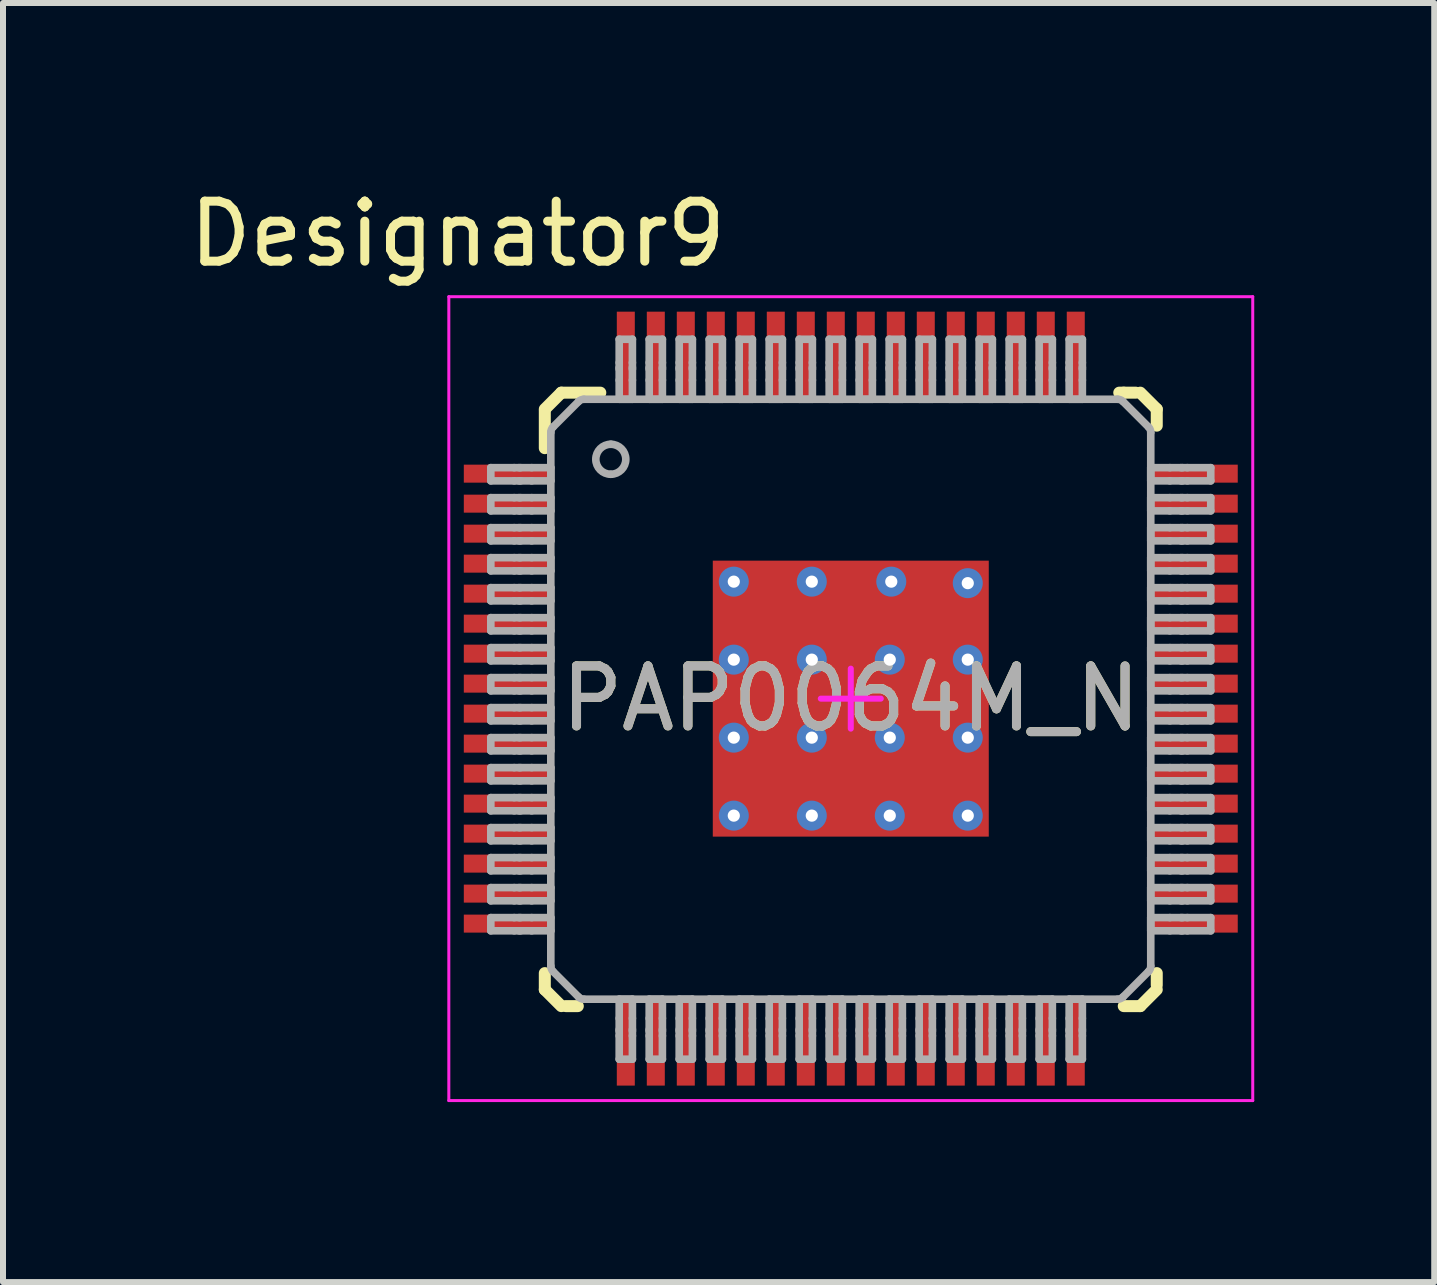
<source format=kicad_pcb>
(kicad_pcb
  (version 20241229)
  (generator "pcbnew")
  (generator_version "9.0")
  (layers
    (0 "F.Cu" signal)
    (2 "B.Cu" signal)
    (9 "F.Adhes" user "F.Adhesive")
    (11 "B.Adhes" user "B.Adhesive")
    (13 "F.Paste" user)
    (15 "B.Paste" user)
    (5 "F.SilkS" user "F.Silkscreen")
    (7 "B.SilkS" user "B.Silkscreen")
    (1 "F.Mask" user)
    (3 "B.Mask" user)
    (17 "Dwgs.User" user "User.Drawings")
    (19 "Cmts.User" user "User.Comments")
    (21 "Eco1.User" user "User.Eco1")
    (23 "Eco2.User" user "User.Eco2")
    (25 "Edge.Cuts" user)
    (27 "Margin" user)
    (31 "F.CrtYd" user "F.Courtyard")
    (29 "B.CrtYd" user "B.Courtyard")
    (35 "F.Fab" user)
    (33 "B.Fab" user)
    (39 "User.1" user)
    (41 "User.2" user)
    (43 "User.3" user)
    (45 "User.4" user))
  (footprint "PAP0064M_N"
    (layer "F.Cu")
    (at 11.131 8.595)
    (property "Reference" "PAP0064M_N" (at 0 0 0) (unlocked yes) (layer "F.SilkS") (effects (font (size 1 1) (thickness 0.15))))
    (attr smd)
    (fp_line (start -5.1 -4.825) (end -4.825 -5.1) (stroke (width 0.2) (type solid)) (layer "F.SilkS"))
    (fp_line (start -5.1 -4.175) (end -5.1 -4.8) (stroke (width 0.2) (type solid)) (layer "F.SilkS"))
    (fp_line (start -5.1 4.85) (end -5.1 4.575) (stroke (width 0.2) (type solid)) (layer "F.SilkS"))
    (fp_line (start -5.1 4.85) (end -4.825 5.125) (stroke (width 0.2) (type solid)) (layer "F.SilkS"))
    (fp_line (start -4.825 -5.1) (end -4.175 -5.1) (stroke (width 0.2) (type solid)) (layer "F.SilkS"))
    (fp_line (start -4.75 5.125) (end -4.55 5.125) (stroke (width 0.2) (type solid)) (layer "F.SilkS"))
    (fp_line (start 4.475 -5.1) (end 4.55 -5.1) (stroke (width 0.2) (type solid)) (layer "F.SilkS"))
    (fp_line (start 4.55 -5.1) (end 4.75 -5.1) (stroke (width 0.2) (type solid)) (layer "F.SilkS"))
    (fp_line (start 4.55 5.125) (end 4.825 5.125) (stroke (width 0.2) (type solid)) (layer "F.SilkS"))
    (fp_line (start 4.825 -5.1) (end 5.1 -4.825) (stroke (width 0.2) (type solid)) (layer "F.SilkS"))
    (fp_line (start 4.825 5.125) (end 5.1 4.85) (stroke (width 0.2) (type solid)) (layer "F.SilkS"))
    (fp_line (start 5.1 -4.55) (end 5.1 -4.825) (stroke (width 0.2) (type solid)) (layer "F.SilkS"))
    (fp_line (start 5.1 4.775) (end 5.1 4.575) (stroke (width 0.2) (type solid)) (layer "F.SilkS"))
    (fp_line (start -6.7 -6.7) (end 6.7 -6.7) (stroke (width 0.05) (type solid)) (layer "F.CrtYd"))
    (fp_line (start -6.7 6.7) (end -6.7 -6.7) (stroke (width 0.05) (type solid)) (layer "F.CrtYd"))
    (fp_line (start -6.7 6.7) (end 6.7 6.7) (stroke (width 0.05) (type solid)) (layer "F.CrtYd"))
    (fp_line (start -0.5 0) (end 0.5 0) (stroke (width 0.1) (type solid)) (layer "F.CrtYd"))
    (fp_line (start 0 0.5) (end 0 -0.5) (stroke (width 0.1) (type solid)) (layer "F.CrtYd"))
    (fp_line (start 6.7 6.7) (end 6.7 -6.7) (stroke (width 0.05) (type solid)) (layer "F.CrtYd"))
    (fp_line (start -6 -3.85) (end -5.61 -3.85) (stroke (width 0.127) (type solid)) (layer "F.Fab"))
    (fp_line (start -6 -3.63) (end -6 -3.85) (stroke (width 0.127) (type solid)) (layer "F.Fab"))
    (fp_line (start -6 -3.63) (end -5.61 -3.63) (stroke (width 0.127) (type solid)) (layer "F.Fab"))
    (fp_line (start -6 -3.35) (end -5.61 -3.35) (stroke (width 0.127) (type solid)) (layer "F.Fab"))
    (fp_line (start -6 -3.13) (end -6 -3.35) (stroke (width 0.127) (type solid)) (layer "F.Fab"))
    (fp_line (start -6 -3.13) (end -5.61 -3.13) (stroke (width 0.127) (type solid)) (layer "F.Fab"))
    (fp_line (start -6 -2.85) (end -5.61 -2.85) (stroke (width 0.127) (type solid)) (layer "F.Fab"))
    (fp_line (start -6 -2.63) (end -6 -2.85) (stroke (width 0.127) (type solid)) (layer "F.Fab"))
    (fp_line (start -6 -2.63) (end -5.61 -2.63) (stroke (width 0.127) (type solid)) (layer "F.Fab"))
    (fp_line (start -6 -2.35) (end -5.61 -2.35) (stroke (width 0.127) (type solid)) (layer "F.Fab"))
    (fp_line (start -6 -2.13) (end -6 -2.35) (stroke (width 0.127) (type solid)) (layer "F.Fab"))
    (fp_line (start -6 -2.13) (end -5.61 -2.13) (stroke (width 0.127) (type solid)) (layer "F.Fab"))
    (fp_line (start -6 -1.85) (end -5.61 -1.85) (stroke (width 0.127) (type solid)) (layer "F.Fab"))
    (fp_line (start -6 -1.63) (end -6 -1.85) (stroke (width 0.127) (type solid)) (layer "F.Fab"))
    (fp_line (start -6 -1.63) (end -5.61 -1.63) (stroke (width 0.127) (type solid)) (layer "F.Fab"))
    (fp_line (start -6 -1.35) (end -5.61 -1.35) (stroke (width 0.127) (type solid)) (layer "F.Fab"))
    (fp_line (start -6 -1.13) (end -6 -1.35) (stroke (width 0.127) (type solid)) (layer "F.Fab"))
    (fp_line (start -6 -1.13) (end -5.61 -1.13) (stroke (width 0.127) (type solid)) (layer "F.Fab"))
    (fp_line (start -6 -0.85) (end -5.61 -0.85) (stroke (width 0.127) (type solid)) (layer "F.Fab"))
    (fp_line (start -6 -0.63) (end -6 -0.85) (stroke (width 0.127) (type solid)) (layer "F.Fab"))
    (fp_line (start -6 -0.63) (end -5.61 -0.63) (stroke (width 0.127) (type solid)) (layer "F.Fab"))
    (fp_line (start -6 -0.35) (end -5.61 -0.35) (stroke (width 0.127) (type solid)) (layer "F.Fab"))
    (fp_line (start -6 -0.13) (end -6 -0.35) (stroke (width 0.127) (type solid)) (layer "F.Fab"))
    (fp_line (start -6 -0.13) (end -5.61 -0.13) (stroke (width 0.127) (type solid)) (layer "F.Fab"))
    (fp_line (start -6 0.15) (end -5.61 0.15) (stroke (width 0.127) (type solid)) (layer "F.Fab"))
    (fp_line (start -6 0.37) (end -6 0.15) (stroke (width 0.127) (type solid)) (layer "F.Fab"))
    (fp_line (start -6 0.37) (end -5.61 0.37) (stroke (width 0.127) (type solid)) (layer "F.Fab"))
    (fp_line (start -6 0.65) (end -5.61 0.65) (stroke (width 0.127) (type solid)) (layer "F.Fab"))
    (fp_line (start -6 0.87) (end -6 0.65) (stroke (width 0.127) (type solid)) (layer "F.Fab"))
    (fp_line (start -6 0.87) (end -5.61 0.87) (stroke (width 0.127) (type solid)) (layer "F.Fab"))
    (fp_line (start -6 1.15) (end -5.61 1.15) (stroke (width 0.127) (type solid)) (layer "F.Fab"))
    (fp_line (start -6 1.37) (end -6 1.15) (stroke (width 0.127) (type solid)) (layer "F.Fab"))
    (fp_line (start -6 1.37) (end -5.61 1.37) (stroke (width 0.127) (type solid)) (layer "F.Fab"))
    (fp_line (start -6 1.65) (end -5.61 1.65) (stroke (width 0.127) (type solid)) (layer "F.Fab"))
    (fp_line (start -6 1.87) (end -6 1.65) (stroke (width 0.127) (type solid)) (layer "F.Fab"))
    (fp_line (start -6 1.87) (end -5.61 1.87) (stroke (width 0.127) (type solid)) (layer "F.Fab"))
    (fp_line (start -6 2.15) (end -5.61 2.15) (stroke (width 0.127) (type solid)) (layer "F.Fab"))
    (fp_line (start -6 2.37) (end -6 2.15) (stroke (width 0.127) (type solid)) (layer "F.Fab"))
    (fp_line (start -6 2.37) (end -5.61 2.37) (stroke (width 0.127) (type solid)) (layer "F.Fab"))
    (fp_line (start -6 2.65) (end -5.61 2.65) (stroke (width 0.127) (type solid)) (layer "F.Fab"))
    (fp_line (start -6 2.87) (end -6 2.65) (stroke (width 0.127) (type solid)) (layer "F.Fab"))
    (fp_line (start -6 2.87) (end -5.61 2.87) (stroke (width 0.127) (type solid)) (layer "F.Fab"))
    (fp_line (start -6 3.15) (end -5.61 3.15) (stroke (width 0.127) (type solid)) (layer "F.Fab"))
    (fp_line (start -6 3.37) (end -6 3.15) (stroke (width 0.127) (type solid)) (layer "F.Fab"))
    (fp_line (start -6 3.37) (end -5.61 3.37) (stroke (width 0.127) (type solid)) (layer "F.Fab"))
    (fp_line (start -6 3.65) (end -5.61 3.65) (stroke (width 0.127) (type solid)) (layer "F.Fab"))
    (fp_line (start -6 3.87) (end -6 3.65) (stroke (width 0.127) (type solid)) (layer "F.Fab"))
    (fp_line (start -6 3.87) (end -5.61 3.87) (stroke (width 0.127) (type solid)) (layer "F.Fab"))
    (fp_line (start -5.61 -3.85) (end -5.53 -3.85) (stroke (width 0.127) (type solid)) (layer "F.Fab"))
    (fp_line (start -5.61 -3.63) (end -5.53 -3.63) (stroke (width 0.127) (type solid)) (layer "F.Fab"))
    (fp_line (start -5.61 -3.35) (end -5.53 -3.35) (stroke (width 0.127) (type solid)) (layer "F.Fab"))
    (fp_line (start -5.61 -3.13) (end -5.53 -3.13) (stroke (width 0.127) (type solid)) (layer "F.Fab"))
    (fp_line (start -5.61 -2.85) (end -5.53 -2.85) (stroke (width 0.127) (type solid)) (layer "F.Fab"))
    (fp_line (start -5.61 -2.63) (end -5.53 -2.63) (stroke (width 0.127) (type solid)) (layer "F.Fab"))
    (fp_line (start -5.61 -2.35) (end -5.53 -2.35) (stroke (width 0.127) (type solid)) (layer "F.Fab"))
    (fp_line (start -5.61 -2.13) (end -5.53 -2.13) (stroke (width 0.127) (type solid)) (layer "F.Fab"))
    (fp_line (start -5.61 -1.85) (end -5.53 -1.85) (stroke (width 0.127) (type solid)) (layer "F.Fab"))
    (fp_line (start -5.61 -1.63) (end -5.53 -1.63) (stroke (width 0.127) (type solid)) (layer "F.Fab"))
    (fp_line (start -5.61 -1.35) (end -5.53 -1.35) (stroke (width 0.127) (type solid)) (layer "F.Fab"))
    (fp_line (start -5.61 -1.13) (end -5.53 -1.13) (stroke (width 0.127) (type solid)) (layer "F.Fab"))
    (fp_line (start -5.61 -0.85) (end -5.53 -0.85) (stroke (width 0.127) (type solid)) (layer "F.Fab"))
    (fp_line (start -5.61 -0.63) (end -5.53 -0.63) (stroke (width 0.127) (type solid)) (layer "F.Fab"))
    (fp_line (start -5.61 -0.35) (end -5.53 -0.35) (stroke (width 0.127) (type solid)) (layer "F.Fab"))
    (fp_line (start -5.61 -0.13) (end -5.53 -0.13) (stroke (width 0.127) (type solid)) (layer "F.Fab"))
    (fp_line (start -5.61 0.15) (end -5.53 0.15) (stroke (width 0.127) (type solid)) (layer "F.Fab"))
    (fp_line (start -5.61 0.37) (end -5.53 0.37) (stroke (width 0.127) (type solid)) (layer "F.Fab"))
    (fp_line (start -5.61 0.65) (end -5.53 0.65) (stroke (width 0.127) (type solid)) (layer "F.Fab"))
    (fp_line (start -5.61 0.87) (end -5.53 0.87) (stroke (width 0.127) (type solid)) (layer "F.Fab"))
    (fp_line (start -5.61 1.15) (end -5.53 1.15) (stroke (width 0.127) (type solid)) (layer "F.Fab"))
    (fp_line (start -5.61 1.37) (end -5.53 1.37) (stroke (width 0.127) (type solid)) (layer "F.Fab"))
    (fp_line (start -5.61 1.65) (end -5.53 1.65) (stroke (width 0.127) (type solid)) (layer "F.Fab"))
    (fp_line (start -5.61 1.87) (end -5.53 1.87) (stroke (width 0.127) (type solid)) (layer "F.Fab"))
    (fp_line (start -5.61 2.15) (end -5.53 2.15) (stroke (width 0.127) (type solid)) (layer "F.Fab"))
    (fp_line (start -5.61 2.37) (end -5.53 2.37) (stroke (width 0.127) (type solid)) (layer "F.Fab"))
    (fp_line (start -5.61 2.65) (end -5.53 2.65) (stroke (width 0.127) (type solid)) (layer "F.Fab"))
    (fp_line (start -5.61 2.87) (end -5.53 2.87) (stroke (width 0.127) (type solid)) (layer "F.Fab"))
    (fp_line (start -5.61 3.15) (end -5.53 3.15) (stroke (width 0.127) (type solid)) (layer "F.Fab"))
    (fp_line (start -5.61 3.37) (end -5.53 3.37) (stroke (width 0.127) (type solid)) (layer "F.Fab"))
    (fp_line (start -5.61 3.65) (end -5.53 3.65) (stroke (width 0.127) (type solid)) (layer "F.Fab"))
    (fp_line (start -5.61 3.87) (end -5.53 3.87) (stroke (width 0.127) (type solid)) (layer "F.Fab"))
    (fp_line (start -5.53 -3.85) (end -5.503 -3.85) (stroke (width 0.127) (type solid)) (layer "F.Fab"))
    (fp_line (start -5.53 -3.63) (end -5.503 -3.63) (stroke (width 0.127) (type solid)) (layer "F.Fab"))
    (fp_line (start -5.53 -3.35) (end -5.503 -3.35) (stroke (width 0.127) (type solid)) (layer "F.Fab"))
    (fp_line (start -5.53 -3.13) (end -5.503 -3.13) (stroke (width 0.127) (type solid)) (layer "F.Fab"))
    (fp_line (start -5.53 -2.85) (end -5.503 -2.85) (stroke (width 0.127) (type solid)) (layer "F.Fab"))
    (fp_line (start -5.53 -2.63) (end -5.503 -2.63) (stroke (width 0.127) (type solid)) (layer "F.Fab"))
    (fp_line (start -5.53 -2.35) (end -5.503 -2.35) (stroke (width 0.127) (type solid)) (layer "F.Fab"))
    (fp_line (start -5.53 -2.13) (end -5.503 -2.13) (stroke (width 0.127) (type solid)) (layer "F.Fab"))
    (fp_line (start -5.53 -1.85) (end -5.503 -1.85) (stroke (width 0.127) (type solid)) (layer "F.Fab"))
    (fp_line (start -5.53 -1.63) (end -5.503 -1.63) (stroke (width 0.127) (type solid)) (layer "F.Fab"))
    (fp_line (start -5.53 -1.35) (end -5.503 -1.35) (stroke (width 0.127) (type solid)) (layer "F.Fab"))
    (fp_line (start -5.53 -1.13) (end -5.503 -1.13) (stroke (width 0.127) (type solid)) (layer "F.Fab"))
    (fp_line (start -5.53 -0.85) (end -5.503 -0.85) (stroke (width 0.127) (type solid)) (layer "F.Fab"))
    (fp_line (start -5.53 -0.63) (end -5.503 -0.63) (stroke (width 0.127) (type solid)) (layer "F.Fab"))
    (fp_line (start -5.53 -0.35) (end -5.503 -0.35) (stroke (width 0.127) (type solid)) (layer "F.Fab"))
    (fp_line (start -5.53 -0.13) (end -5.503 -0.13) (stroke (width 0.127) (type solid)) (layer "F.Fab"))
    (fp_line (start -5.53 0.15) (end -5.503 0.15) (stroke (width 0.127) (type solid)) (layer "F.Fab"))
    (fp_line (start -5.53 0.37) (end -5.503 0.37) (stroke (width 0.127) (type solid)) (layer "F.Fab"))
    (fp_line (start -5.53 0.65) (end -5.503 0.65) (stroke (width 0.127) (type solid)) (layer "F.Fab"))
    (fp_line (start -5.53 0.87) (end -5.503 0.87) (stroke (width 0.127) (type solid)) (layer "F.Fab"))
    (fp_line (start -5.53 1.15) (end -5.503 1.15) (stroke (width 0.127) (type solid)) (layer "F.Fab"))
    (fp_line (start -5.53 1.37) (end -5.503 1.37) (stroke (width 0.127) (type solid)) (layer "F.Fab"))
    (fp_line (start -5.53 1.65) (end -5.503 1.65) (stroke (width 0.127) (type solid)) (layer "F.Fab"))
    (fp_line (start -5.53 1.87) (end -5.503 1.87) (stroke (width 0.127) (type solid)) (layer "F.Fab"))
    (fp_line (start -5.53 2.15) (end -5.503 2.15) (stroke (width 0.127) (type solid)) (layer "F.Fab"))
    (fp_line (start -5.53 2.37) (end -5.503 2.37) (stroke (width 0.127) (type solid)) (layer "F.Fab"))
    (fp_line (start -5.53 2.65) (end -5.503 2.65) (stroke (width 0.127) (type solid)) (layer "F.Fab"))
    (fp_line (start -5.53 2.87) (end -5.503 2.87) (stroke (width 0.127) (type solid)) (layer "F.Fab"))
    (fp_line (start -5.53 3.15) (end -5.503 3.15) (stroke (width 0.127) (type solid)) (layer "F.Fab"))
    (fp_line (start -5.53 3.37) (end -5.503 3.37) (stroke (width 0.127) (type solid)) (layer "F.Fab"))
    (fp_line (start -5.53 3.65) (end -5.503 3.65) (stroke (width 0.127) (type solid)) (layer "F.Fab"))
    (fp_line (start -5.53 3.87) (end -5.503 3.87) (stroke (width 0.127) (type solid)) (layer "F.Fab"))
    (fp_line (start -5.503 -3.85) (end -5.319 -3.85) (stroke (width 0.127) (type solid)) (layer "F.Fab"))
    (fp_line (start -5.503 -3.63) (end -5.319 -3.63) (stroke (width 0.127) (type solid)) (layer "F.Fab"))
    (fp_line (start -5.503 -3.35) (end -5.319 -3.35) (stroke (width 0.127) (type solid)) (layer "F.Fab"))
    (fp_line (start -5.503 -3.13) (end -5.319 -3.13) (stroke (width 0.127) (type solid)) (layer "F.Fab"))
    (fp_line (start -5.503 -2.85) (end -5.319 -2.85) (stroke (width 0.127) (type solid)) (layer "F.Fab"))
    (fp_line (start -5.503 -2.63) (end -5.319 -2.63) (stroke (width 0.127) (type solid)) (layer "F.Fab"))
    (fp_line (start -5.503 -2.35) (end -5.319 -2.35) (stroke (width 0.127) (type solid)) (layer "F.Fab"))
    (fp_line (start -5.503 -2.13) (end -5.319 -2.13) (stroke (width 0.127) (type solid)) (layer "F.Fab"))
    (fp_line (start -5.503 -1.85) (end -5.319 -1.85) (stroke (width 0.127) (type solid)) (layer "F.Fab"))
    (fp_line (start -5.503 -1.63) (end -5.319 -1.63) (stroke (width 0.127) (type solid)) (layer "F.Fab"))
    (fp_line (start -5.503 -1.35) (end -5.319 -1.35) (stroke (width 0.127) (type solid)) (layer "F.Fab"))
    (fp_line (start -5.503 -1.13) (end -5.319 -1.13) (stroke (width 0.127) (type solid)) (layer "F.Fab"))
    (fp_line (start -5.503 -0.85) (end -5.319 -0.85) (stroke (width 0.127) (type solid)) (layer "F.Fab"))
    (fp_line (start -5.503 -0.63) (end -5.319 -0.63) (stroke (width 0.127) (type solid)) (layer "F.Fab"))
    (fp_line (start -5.503 -0.35) (end -5.319 -0.35) (stroke (width 0.127) (type solid)) (layer "F.Fab"))
    (fp_line (start -5.503 -0.13) (end -5.319 -0.13) (stroke (width 0.127) (type solid)) (layer "F.Fab"))
    (fp_line (start -5.503 0.15) (end -5.319 0.15) (stroke (width 0.127) (type solid)) (layer "F.Fab"))
    (fp_line (start -5.503 0.37) (end -5.319 0.37) (stroke (width 0.127) (type solid)) (layer "F.Fab"))
    (fp_line (start -5.503 0.65) (end -5.319 0.65) (stroke (width 0.127) (type solid)) (layer "F.Fab"))
    (fp_line (start -5.503 0.87) (end -5.319 0.87) (stroke (width 0.127) (type solid)) (layer "F.Fab"))
    (fp_line (start -5.503 1.15) (end -5.319 1.15) (stroke (width 0.127) (type solid)) (layer "F.Fab"))
    (fp_line (start -5.503 1.37) (end -5.319 1.37) (stroke (width 0.127) (type solid)) (layer "F.Fab"))
    (fp_line (start -5.503 1.65) (end -5.319 1.65) (stroke (width 0.127) (type solid)) (layer "F.Fab"))
    (fp_line (start -5.503 1.87) (end -5.319 1.87) (stroke (width 0.127) (type solid)) (layer "F.Fab"))
    (fp_line (start -5.503 2.15) (end -5.319 2.15) (stroke (width 0.127) (type solid)) (layer "F.Fab"))
    (fp_line (start -5.503 2.37) (end -5.319 2.37) (stroke (width 0.127) (type solid)) (layer "F.Fab"))
    (fp_line (start -5.503 2.65) (end -5.319 2.65) (stroke (width 0.127) (type solid)) (layer "F.Fab"))
    (fp_line (start -5.503 2.87) (end -5.319 2.87) (stroke (width 0.127) (type solid)) (layer "F.Fab"))
    (fp_line (start -5.503 3.15) (end -5.319 3.15) (stroke (width 0.127) (type solid)) (layer "F.Fab"))
    (fp_line (start -5.503 3.37) (end -5.319 3.37) (stroke (width 0.127) (type solid)) (layer "F.Fab"))
    (fp_line (start -5.503 3.65) (end -5.319 3.65) (stroke (width 0.127) (type solid)) (layer "F.Fab"))
    (fp_line (start -5.503 3.87) (end -5.319 3.87) (stroke (width 0.127) (type solid)) (layer "F.Fab"))
    (fp_line (start -5.319 -3.85) (end -5 -3.85) (stroke (width 0.127) (type solid)) (layer "F.Fab"))
    (fp_line (start -5.319 -3.63) (end -5 -3.63) (stroke (width 0.127) (type solid)) (layer "F.Fab"))
    (fp_line (start -5.319 -3.35) (end -5 -3.35) (stroke (width 0.127) (type solid)) (layer "F.Fab"))
    (fp_line (start -5.319 -3.13) (end -5 -3.13) (stroke (width 0.127) (type solid)) (layer "F.Fab"))
    (fp_line (start -5.319 -2.85) (end -5 -2.85) (stroke (width 0.127) (type solid)) (layer "F.Fab"))
    (fp_line (start -5.319 -2.63) (end -5 -2.63) (stroke (width 0.127) (type solid)) (layer "F.Fab"))
    (fp_line (start -5.319 -2.35) (end -5 -2.35) (stroke (width 0.127) (type solid)) (layer "F.Fab"))
    (fp_line (start -5.319 -2.13) (end -5 -2.13) (stroke (width 0.127) (type solid)) (layer "F.Fab"))
    (fp_line (start -5.319 -1.85) (end -5 -1.85) (stroke (width 0.127) (type solid)) (layer "F.Fab"))
    (fp_line (start -5.319 -1.63) (end -5 -1.63) (stroke (width 0.127) (type solid)) (layer "F.Fab"))
    (fp_line (start -5.319 -1.35) (end -5 -1.35) (stroke (width 0.127) (type solid)) (layer "F.Fab"))
    (fp_line (start -5.319 -1.13) (end -5 -1.13) (stroke (width 0.127) (type solid)) (layer "F.Fab"))
    (fp_line (start -5.319 -0.85) (end -5 -0.85) (stroke (width 0.127) (type solid)) (layer "F.Fab"))
    (fp_line (start -5.319 -0.63) (end -5 -0.63) (stroke (width 0.127) (type solid)) (layer "F.Fab"))
    (fp_line (start -5.319 -0.35) (end -5 -0.35) (stroke (width 0.127) (type solid)) (layer "F.Fab"))
    (fp_line (start -5.319 -0.13) (end -5 -0.13) (stroke (width 0.127) (type solid)) (layer "F.Fab"))
    (fp_line (start -5.319 0.15) (end -5 0.15) (stroke (width 0.127) (type solid)) (layer "F.Fab"))
    (fp_line (start -5.319 0.37) (end -5 0.37) (stroke (width 0.127) (type solid)) (layer "F.Fab"))
    (fp_line (start -5.319 0.65) (end -5 0.65) (stroke (width 0.127) (type solid)) (layer "F.Fab"))
    (fp_line (start -5.319 0.87) (end -5 0.87) (stroke (width 0.127) (type solid)) (layer "F.Fab"))
    (fp_line (start -5.319 1.15) (end -5 1.15) (stroke (width 0.127) (type solid)) (layer "F.Fab"))
    (fp_line (start -5.319 1.37) (end -5 1.37) (stroke (width 0.127) (type solid)) (layer "F.Fab"))
    (fp_line (start -5.319 1.65) (end -5 1.65) (stroke (width 0.127) (type solid)) (layer "F.Fab"))
    (fp_line (start -5.319 1.87) (end -5 1.87) (stroke (width 0.127) (type solid)) (layer "F.Fab"))
    (fp_line (start -5.319 2.15) (end -5 2.15) (stroke (width 0.127) (type solid)) (layer "F.Fab"))
    (fp_line (start -5.319 2.37) (end -5 2.37) (stroke (width 0.127) (type solid)) (layer "F.Fab"))
    (fp_line (start -5.319 2.65) (end -5 2.65) (stroke (width 0.127) (type solid)) (layer "F.Fab"))
    (fp_line (start -5.319 2.87) (end -5 2.87) (stroke (width 0.127) (type solid)) (layer "F.Fab"))
    (fp_line (start -5.319 3.15) (end -5 3.15) (stroke (width 0.127) (type solid)) (layer "F.Fab"))
    (fp_line (start -5.319 3.37) (end -5 3.37) (stroke (width 0.127) (type solid)) (layer "F.Fab"))
    (fp_line (start -5.319 3.65) (end -5 3.65) (stroke (width 0.127) (type solid)) (layer "F.Fab"))
    (fp_line (start -5.319 3.87) (end -5 3.87) (stroke (width 0.127) (type solid)) (layer "F.Fab"))
    (fp_line (start -5 -3.63) (end -5 -3.85) (stroke (width 0.127) (type solid)) (layer "F.Fab"))
    (fp_line (start -5 -3.13) (end -5 -3.35) (stroke (width 0.127) (type solid)) (layer "F.Fab"))
    (fp_line (start -5 -2.63) (end -5 -2.85) (stroke (width 0.127) (type solid)) (layer "F.Fab"))
    (fp_line (start -5 -2.13) (end -5 -2.35) (stroke (width 0.127) (type solid)) (layer "F.Fab"))
    (fp_line (start -5 -1.63) (end -5 -1.85) (stroke (width 0.127) (type solid)) (layer "F.Fab"))
    (fp_line (start -5 -1.13) (end -5 -1.35) (stroke (width 0.127) (type solid)) (layer "F.Fab"))
    (fp_line (start -5 -0.63) (end -5 -0.85) (stroke (width 0.127) (type solid)) (layer "F.Fab"))
    (fp_line (start -5 -0.13) (end -5 -0.35) (stroke (width 0.127) (type solid)) (layer "F.Fab"))
    (fp_line (start -5 0.37) (end -5 0.15) (stroke (width 0.127) (type solid)) (layer "F.Fab"))
    (fp_line (start -5 0.87) (end -5 0.65) (stroke (width 0.127) (type solid)) (layer "F.Fab"))
    (fp_line (start -5 1.37) (end -5 1.15) (stroke (width 0.127) (type solid)) (layer "F.Fab"))
    (fp_line (start -5 1.87) (end -5 1.65) (stroke (width 0.127) (type solid)) (layer "F.Fab"))
    (fp_line (start -5 2.37) (end -5 2.15) (stroke (width 0.127) (type solid)) (layer "F.Fab"))
    (fp_line (start -5 2.87) (end -5 2.65) (stroke (width 0.127) (type solid)) (layer "F.Fab"))
    (fp_line (start -5 3.37) (end -5 3.15) (stroke (width 0.127) (type solid)) (layer "F.Fab"))
    (fp_line (start -5 3.87) (end -5 3.65) (stroke (width 0.127) (type solid)) (layer "F.Fab"))
    (fp_line (start -5 4.458) (end -5 -4.438) (stroke (width 0.127) (type solid)) (layer "F.Fab"))
    (fp_line (start -4.963 -4.527) (end -4.537 -4.953) (stroke (width 0.127) (type solid)) (layer "F.Fab"))
    (fp_line (start -4.963 4.547) (end -4.537 4.973) (stroke (width 0.127) (type solid)) (layer "F.Fab"))
    (fp_line (start -4.448 -4.99) (end 4.448 -4.99) (stroke (width 0.127) (type solid)) (layer "F.Fab"))
    (fp_line (start -4.448 5.01) (end 4.448 5.01) (stroke (width 0.127) (type solid)) (layer "F.Fab"))
    (fp_line (start -3.86 -5.99) (end -3.64 -5.99) (stroke (width 0.127) (type solid)) (layer "F.Fab"))
    (fp_line (start -3.86 -5.6) (end -3.86 -5.99) (stroke (width 0.127) (type solid)) (layer "F.Fab"))
    (fp_line (start -3.86 -5.52) (end -3.86 -5.6) (stroke (width 0.127) (type solid)) (layer "F.Fab"))
    (fp_line (start -3.86 -5.493) (end -3.86 -5.52) (stroke (width 0.127) (type solid)) (layer "F.Fab"))
    (fp_line (start -3.86 -5.309) (end -3.86 -5.493) (stroke (width 0.127) (type solid)) (layer "F.Fab"))
    (fp_line (start -3.86 -4.99) (end -3.86 -5.309) (stroke (width 0.127) (type solid)) (layer "F.Fab"))
    (fp_line (start -3.86 -4.99) (end -3.64 -4.99) (stroke (width 0.127) (type solid)) (layer "F.Fab"))
    (fp_line (start -3.86 5.01) (end -3.64 5.01) (stroke (width 0.127) (type solid)) (layer "F.Fab"))
    (fp_line (start -3.86 5.329) (end -3.86 5.01) (stroke (width 0.127) (type solid)) (layer "F.Fab"))
    (fp_line (start -3.86 5.513) (end -3.86 5.329) (stroke (width 0.127) (type solid)) (layer "F.Fab"))
    (fp_line (start -3.86 5.54) (end -3.86 5.513) (stroke (width 0.127) (type solid)) (layer "F.Fab"))
    (fp_line (start -3.86 5.62) (end -3.86 5.54) (stroke (width 0.127) (type solid)) (layer "F.Fab"))
    (fp_line (start -3.86 6.01) (end -3.86 5.62) (stroke (width 0.127) (type solid)) (layer "F.Fab"))
    (fp_line (start -3.86 6.01) (end -3.64 6.01) (stroke (width 0.127) (type solid)) (layer "F.Fab"))
    (fp_line (start -3.64 -5.6) (end -3.64 -5.99) (stroke (width 0.127) (type solid)) (layer "F.Fab"))
    (fp_line (start -3.64 -5.52) (end -3.64 -5.6) (stroke (width 0.127) (type solid)) (layer "F.Fab"))
    (fp_line (start -3.64 -5.493) (end -3.64 -5.52) (stroke (width 0.127) (type solid)) (layer "F.Fab"))
    (fp_line (start -3.64 -5.309) (end -3.64 -5.493) (stroke (width 0.127) (type solid)) (layer "F.Fab"))
    (fp_line (start -3.64 -4.99) (end -3.64 -5.309) (stroke (width 0.127) (type solid)) (layer "F.Fab"))
    (fp_line (start -3.64 5.329) (end -3.64 5.01) (stroke (width 0.127) (type solid)) (layer "F.Fab"))
    (fp_line (start -3.64 5.513) (end -3.64 5.329) (stroke (width 0.127) (type solid)) (layer "F.Fab"))
    (fp_line (start -3.64 5.54) (end -3.64 5.513) (stroke (width 0.127) (type solid)) (layer "F.Fab"))
    (fp_line (start -3.64 5.62) (end -3.64 5.54) (stroke (width 0.127) (type solid)) (layer "F.Fab"))
    (fp_line (start -3.64 6.01) (end -3.64 5.62) (stroke (width 0.127) (type solid)) (layer "F.Fab"))
    (fp_line (start -3.36 -5.99) (end -3.14 -5.99) (stroke (width 0.127) (type solid)) (layer "F.Fab"))
    (fp_line (start -3.36 -5.6) (end -3.36 -5.99) (stroke (width 0.127) (type solid)) (layer "F.Fab"))
    (fp_line (start -3.36 -5.52) (end -3.36 -5.6) (stroke (width 0.127) (type solid)) (layer "F.Fab"))
    (fp_line (start -3.36 -5.493) (end -3.36 -5.52) (stroke (width 0.127) (type solid)) (layer "F.Fab"))
    (fp_line (start -3.36 -5.309) (end -3.36 -5.493) (stroke (width 0.127) (type solid)) (layer "F.Fab"))
    (fp_line (start -3.36 -4.99) (end -3.36 -5.309) (stroke (width 0.127) (type solid)) (layer "F.Fab"))
    (fp_line (start -3.36 -4.99) (end -3.14 -4.99) (stroke (width 0.127) (type solid)) (layer "F.Fab"))
    (fp_line (start -3.36 5.01) (end -3.14 5.01) (stroke (width 0.127) (type solid)) (layer "F.Fab"))
    (fp_line (start -3.36 5.329) (end -3.36 5.01) (stroke (width 0.127) (type solid)) (layer "F.Fab"))
    (fp_line (start -3.36 5.513) (end -3.36 5.329) (stroke (width 0.127) (type solid)) (layer "F.Fab"))
    (fp_line (start -3.36 5.54) (end -3.36 5.513) (stroke (width 0.127) (type solid)) (layer "F.Fab"))
    (fp_line (start -3.36 5.62) (end -3.36 5.54) (stroke (width 0.127) (type solid)) (layer "F.Fab"))
    (fp_line (start -3.36 6.01) (end -3.36 5.62) (stroke (width 0.127) (type solid)) (layer "F.Fab"))
    (fp_line (start -3.36 6.01) (end -3.14 6.01) (stroke (width 0.127) (type solid)) (layer "F.Fab"))
    (fp_line (start -3.14 -5.6) (end -3.14 -5.99) (stroke (width 0.127) (type solid)) (layer "F.Fab"))
    (fp_line (start -3.14 -5.52) (end -3.14 -5.6) (stroke (width 0.127) (type solid)) (layer "F.Fab"))
    (fp_line (start -3.14 -5.493) (end -3.14 -5.52) (stroke (width 0.127) (type solid)) (layer "F.Fab"))
    (fp_line (start -3.14 -5.309) (end -3.14 -5.493) (stroke (width 0.127) (type solid)) (layer "F.Fab"))
    (fp_line (start -3.14 -4.99) (end -3.14 -5.309) (stroke (width 0.127) (type solid)) (layer "F.Fab"))
    (fp_line (start -3.14 5.329) (end -3.14 5.01) (stroke (width 0.127) (type solid)) (layer "F.Fab"))
    (fp_line (start -3.14 5.513) (end -3.14 5.329) (stroke (width 0.127) (type solid)) (layer "F.Fab"))
    (fp_line (start -3.14 5.54) (end -3.14 5.513) (stroke (width 0.127) (type solid)) (layer "F.Fab"))
    (fp_line (start -3.14 5.62) (end -3.14 5.54) (stroke (width 0.127) (type solid)) (layer "F.Fab"))
    (fp_line (start -3.14 6.01) (end -3.14 5.62) (stroke (width 0.127) (type solid)) (layer "F.Fab"))
    (fp_line (start -2.86 -5.99) (end -2.64 -5.99) (stroke (width 0.127) (type solid)) (layer "F.Fab"))
    (fp_line (start -2.86 -5.6) (end -2.86 -5.99) (stroke (width 0.127) (type solid)) (layer "F.Fab"))
    (fp_line (start -2.86 -5.52) (end -2.86 -5.6) (stroke (width 0.127) (type solid)) (layer "F.Fab"))
    (fp_line (start -2.86 -5.493) (end -2.86 -5.52) (stroke (width 0.127) (type solid)) (layer "F.Fab"))
    (fp_line (start -2.86 -5.309) (end -2.86 -5.493) (stroke (width 0.127) (type solid)) (layer "F.Fab"))
    (fp_line (start -2.86 -4.99) (end -2.86 -5.309) (stroke (width 0.127) (type solid)) (layer "F.Fab"))
    (fp_line (start -2.86 -4.99) (end -2.64 -4.99) (stroke (width 0.127) (type solid)) (layer "F.Fab"))
    (fp_line (start -2.86 5.01) (end -2.64 5.01) (stroke (width 0.127) (type solid)) (layer "F.Fab"))
    (fp_line (start -2.86 5.329) (end -2.86 5.01) (stroke (width 0.127) (type solid)) (layer "F.Fab"))
    (fp_line (start -2.86 5.513) (end -2.86 5.329) (stroke (width 0.127) (type solid)) (layer "F.Fab"))
    (fp_line (start -2.86 5.54) (end -2.86 5.513) (stroke (width 0.127) (type solid)) (layer "F.Fab"))
    (fp_line (start -2.86 5.62) (end -2.86 5.54) (stroke (width 0.127) (type solid)) (layer "F.Fab"))
    (fp_line (start -2.86 6.01) (end -2.86 5.62) (stroke (width 0.127) (type solid)) (layer "F.Fab"))
    (fp_line (start -2.86 6.01) (end -2.64 6.01) (stroke (width 0.127) (type solid)) (layer "F.Fab"))
    (fp_line (start -2.64 -5.6) (end -2.64 -5.99) (stroke (width 0.127) (type solid)) (layer "F.Fab"))
    (fp_line (start -2.64 -5.52) (end -2.64 -5.6) (stroke (width 0.127) (type solid)) (layer "F.Fab"))
    (fp_line (start -2.64 -5.493) (end -2.64 -5.52) (stroke (width 0.127) (type solid)) (layer "F.Fab"))
    (fp_line (start -2.64 -5.309) (end -2.64 -5.493) (stroke (width 0.127) (type solid)) (layer "F.Fab"))
    (fp_line (start -2.64 -4.99) (end -2.64 -5.309) (stroke (width 0.127) (type solid)) (layer "F.Fab"))
    (fp_line (start -2.64 5.329) (end -2.64 5.01) (stroke (width 0.127) (type solid)) (layer "F.Fab"))
    (fp_line (start -2.64 5.513) (end -2.64 5.329) (stroke (width 0.127) (type solid)) (layer "F.Fab"))
    (fp_line (start -2.64 5.54) (end -2.64 5.513) (stroke (width 0.127) (type solid)) (layer "F.Fab"))
    (fp_line (start -2.64 5.62) (end -2.64 5.54) (stroke (width 0.127) (type solid)) (layer "F.Fab"))
    (fp_line (start -2.64 6.01) (end -2.64 5.62) (stroke (width 0.127) (type solid)) (layer "F.Fab"))
    (fp_line (start -2.36 -5.99) (end -2.14 -5.99) (stroke (width 0.127) (type solid)) (layer "F.Fab"))
    (fp_line (start -2.36 -5.6) (end -2.36 -5.99) (stroke (width 0.127) (type solid)) (layer "F.Fab"))
    (fp_line (start -2.36 -5.52) (end -2.36 -5.6) (stroke (width 0.127) (type solid)) (layer "F.Fab"))
    (fp_line (start -2.36 -5.493) (end -2.36 -5.52) (stroke (width 0.127) (type solid)) (layer "F.Fab"))
    (fp_line (start -2.36 -5.309) (end -2.36 -5.493) (stroke (width 0.127) (type solid)) (layer "F.Fab"))
    (fp_line (start -2.36 -4.99) (end -2.36 -5.309) (stroke (width 0.127) (type solid)) (layer "F.Fab"))
    (fp_line (start -2.36 -4.99) (end -2.14 -4.99) (stroke (width 0.127) (type solid)) (layer "F.Fab"))
    (fp_line (start -2.36 5.01) (end -2.14 5.01) (stroke (width 0.127) (type solid)) (layer "F.Fab"))
    (fp_line (start -2.36 5.329) (end -2.36 5.01) (stroke (width 0.127) (type solid)) (layer "F.Fab"))
    (fp_line (start -2.36 5.513) (end -2.36 5.329) (stroke (width 0.127) (type solid)) (layer "F.Fab"))
    (fp_line (start -2.36 5.54) (end -2.36 5.513) (stroke (width 0.127) (type solid)) (layer "F.Fab"))
    (fp_line (start -2.36 5.62) (end -2.36 5.54) (stroke (width 0.127) (type solid)) (layer "F.Fab"))
    (fp_line (start -2.36 6.01) (end -2.36 5.62) (stroke (width 0.127) (type solid)) (layer "F.Fab"))
    (fp_line (start -2.36 6.01) (end -2.14 6.01) (stroke (width 0.127) (type solid)) (layer "F.Fab"))
    (fp_line (start -2.14 -5.6) (end -2.14 -5.99) (stroke (width 0.127) (type solid)) (layer "F.Fab"))
    (fp_line (start -2.14 -5.52) (end -2.14 -5.6) (stroke (width 0.127) (type solid)) (layer "F.Fab"))
    (fp_line (start -2.14 -5.493) (end -2.14 -5.52) (stroke (width 0.127) (type solid)) (layer "F.Fab"))
    (fp_line (start -2.14 -5.309) (end -2.14 -5.493) (stroke (width 0.127) (type solid)) (layer "F.Fab"))
    (fp_line (start -2.14 -4.99) (end -2.14 -5.309) (stroke (width 0.127) (type solid)) (layer "F.Fab"))
    (fp_line (start -2.14 5.329) (end -2.14 5.01) (stroke (width 0.127) (type solid)) (layer "F.Fab"))
    (fp_line (start -2.14 5.513) (end -2.14 5.329) (stroke (width 0.127) (type solid)) (layer "F.Fab"))
    (fp_line (start -2.14 5.54) (end -2.14 5.513) (stroke (width 0.127) (type solid)) (layer "F.Fab"))
    (fp_line (start -2.14 5.62) (end -2.14 5.54) (stroke (width 0.127) (type solid)) (layer "F.Fab"))
    (fp_line (start -2.14 6.01) (end -2.14 5.62) (stroke (width 0.127) (type solid)) (layer "F.Fab"))
    (fp_line (start -1.86 -5.99) (end -1.64 -5.99) (stroke (width 0.127) (type solid)) (layer "F.Fab"))
    (fp_line (start -1.86 -5.6) (end -1.86 -5.99) (stroke (width 0.127) (type solid)) (layer "F.Fab"))
    (fp_line (start -1.86 -5.52) (end -1.86 -5.6) (stroke (width 0.127) (type solid)) (layer "F.Fab"))
    (fp_line (start -1.86 -5.493) (end -1.86 -5.52) (stroke (width 0.127) (type solid)) (layer "F.Fab"))
    (fp_line (start -1.86 -5.309) (end -1.86 -5.493) (stroke (width 0.127) (type solid)) (layer "F.Fab"))
    (fp_line (start -1.86 -4.99) (end -1.86 -5.309) (stroke (width 0.127) (type solid)) (layer "F.Fab"))
    (fp_line (start -1.86 -4.99) (end -1.64 -4.99) (stroke (width 0.127) (type solid)) (layer "F.Fab"))
    (fp_line (start -1.86 5.01) (end -1.64 5.01) (stroke (width 0.127) (type solid)) (layer "F.Fab"))
    (fp_line (start -1.86 5.329) (end -1.86 5.01) (stroke (width 0.127) (type solid)) (layer "F.Fab"))
    (fp_line (start -1.86 5.513) (end -1.86 5.329) (stroke (width 0.127) (type solid)) (layer "F.Fab"))
    (fp_line (start -1.86 5.54) (end -1.86 5.513) (stroke (width 0.127) (type solid)) (layer "F.Fab"))
    (fp_line (start -1.86 5.62) (end -1.86 5.54) (stroke (width 0.127) (type solid)) (layer "F.Fab"))
    (fp_line (start -1.86 6.01) (end -1.86 5.62) (stroke (width 0.127) (type solid)) (layer "F.Fab"))
    (fp_line (start -1.86 6.01) (end -1.64 6.01) (stroke (width 0.127) (type solid)) (layer "F.Fab"))
    (fp_line (start -1.64 -5.6) (end -1.64 -5.99) (stroke (width 0.127) (type solid)) (layer "F.Fab"))
    (fp_line (start -1.64 -5.52) (end -1.64 -5.6) (stroke (width 0.127) (type solid)) (layer "F.Fab"))
    (fp_line (start -1.64 -5.493) (end -1.64 -5.52) (stroke (width 0.127) (type solid)) (layer "F.Fab"))
    (fp_line (start -1.64 -5.309) (end -1.64 -5.493) (stroke (width 0.127) (type solid)) (layer "F.Fab"))
    (fp_line (start -1.64 -4.99) (end -1.64 -5.309) (stroke (width 0.127) (type solid)) (layer "F.Fab"))
    (fp_line (start -1.64 5.329) (end -1.64 5.01) (stroke (width 0.127) (type solid)) (layer "F.Fab"))
    (fp_line (start -1.64 5.513) (end -1.64 5.329) (stroke (width 0.127) (type solid)) (layer "F.Fab"))
    (fp_line (start -1.64 5.54) (end -1.64 5.513) (stroke (width 0.127) (type solid)) (layer "F.Fab"))
    (fp_line (start -1.64 5.62) (end -1.64 5.54) (stroke (width 0.127) (type solid)) (layer "F.Fab"))
    (fp_line (start -1.64 6.01) (end -1.64 5.62) (stroke (width 0.127) (type solid)) (layer "F.Fab"))
    (fp_line (start -1.36 -5.99) (end -1.14 -5.99) (stroke (width 0.127) (type solid)) (layer "F.Fab"))
    (fp_line (start -1.36 -5.6) (end -1.36 -5.99) (stroke (width 0.127) (type solid)) (layer "F.Fab"))
    (fp_line (start -1.36 -5.52) (end -1.36 -5.6) (stroke (width 0.127) (type solid)) (layer "F.Fab"))
    (fp_line (start -1.36 -5.493) (end -1.36 -5.52) (stroke (width 0.127) (type solid)) (layer "F.Fab"))
    (fp_line (start -1.36 -5.309) (end -1.36 -5.493) (stroke (width 0.127) (type solid)) (layer "F.Fab"))
    (fp_line (start -1.36 -4.99) (end -1.36 -5.309) (stroke (width 0.127) (type solid)) (layer "F.Fab"))
    (fp_line (start -1.36 -4.99) (end -1.14 -4.99) (stroke (width 0.127) (type solid)) (layer "F.Fab"))
    (fp_line (start -1.36 5.01) (end -1.14 5.01) (stroke (width 0.127) (type solid)) (layer "F.Fab"))
    (fp_line (start -1.36 5.329) (end -1.36 5.01) (stroke (width 0.127) (type solid)) (layer "F.Fab"))
    (fp_line (start -1.36 5.513) (end -1.36 5.329) (stroke (width 0.127) (type solid)) (layer "F.Fab"))
    (fp_line (start -1.36 5.54) (end -1.36 5.513) (stroke (width 0.127) (type solid)) (layer "F.Fab"))
    (fp_line (start -1.36 5.62) (end -1.36 5.54) (stroke (width 0.127) (type solid)) (layer "F.Fab"))
    (fp_line (start -1.36 6.01) (end -1.36 5.62) (stroke (width 0.127) (type solid)) (layer "F.Fab"))
    (fp_line (start -1.36 6.01) (end -1.14 6.01) (stroke (width 0.127) (type solid)) (layer "F.Fab"))
    (fp_line (start -1.14 -5.6) (end -1.14 -5.99) (stroke (width 0.127) (type solid)) (layer "F.Fab"))
    (fp_line (start -1.14 -5.52) (end -1.14 -5.6) (stroke (width 0.127) (type solid)) (layer "F.Fab"))
    (fp_line (start -1.14 -5.493) (end -1.14 -5.52) (stroke (width 0.127) (type solid)) (layer "F.Fab"))
    (fp_line (start -1.14 -5.309) (end -1.14 -5.493) (stroke (width 0.127) (type solid)) (layer "F.Fab"))
    (fp_line (start -1.14 -4.99) (end -1.14 -5.309) (stroke (width 0.127) (type solid)) (layer "F.Fab"))
    (fp_line (start -1.14 5.329) (end -1.14 5.01) (stroke (width 0.127) (type solid)) (layer "F.Fab"))
    (fp_line (start -1.14 5.513) (end -1.14 5.329) (stroke (width 0.127) (type solid)) (layer "F.Fab"))
    (fp_line (start -1.14 5.54) (end -1.14 5.513) (stroke (width 0.127) (type solid)) (layer "F.Fab"))
    (fp_line (start -1.14 5.62) (end -1.14 5.54) (stroke (width 0.127) (type solid)) (layer "F.Fab"))
    (fp_line (start -1.14 6.01) (end -1.14 5.62) (stroke (width 0.127) (type solid)) (layer "F.Fab"))
    (fp_line (start -0.86 -5.99) (end -0.64 -5.99) (stroke (width 0.127) (type solid)) (layer "F.Fab"))
    (fp_line (start -0.86 -5.6) (end -0.86 -5.99) (stroke (width 0.127) (type solid)) (layer "F.Fab"))
    (fp_line (start -0.86 -5.52) (end -0.86 -5.6) (stroke (width 0.127) (type solid)) (layer "F.Fab"))
    (fp_line (start -0.86 -5.493) (end -0.86 -5.52) (stroke (width 0.127) (type solid)) (layer "F.Fab"))
    (fp_line (start -0.86 -5.309) (end -0.86 -5.493) (stroke (width 0.127) (type solid)) (layer "F.Fab"))
    (fp_line (start -0.86 -4.99) (end -0.86 -5.309) (stroke (width 0.127) (type solid)) (layer "F.Fab"))
    (fp_line (start -0.86 -4.99) (end -0.64 -4.99) (stroke (width 0.127) (type solid)) (layer "F.Fab"))
    (fp_line (start -0.86 5.01) (end -0.64 5.01) (stroke (width 0.127) (type solid)) (layer "F.Fab"))
    (fp_line (start -0.86 5.329) (end -0.86 5.01) (stroke (width 0.127) (type solid)) (layer "F.Fab"))
    (fp_line (start -0.86 5.513) (end -0.86 5.329) (stroke (width 0.127) (type solid)) (layer "F.Fab"))
    (fp_line (start -0.86 5.54) (end -0.86 5.513) (stroke (width 0.127) (type solid)) (layer "F.Fab"))
    (fp_line (start -0.86 5.62) (end -0.86 5.54) (stroke (width 0.127) (type solid)) (layer "F.Fab"))
    (fp_line (start -0.86 6.01) (end -0.86 5.62) (stroke (width 0.127) (type solid)) (layer "F.Fab"))
    (fp_line (start -0.86 6.01) (end -0.64 6.01) (stroke (width 0.127) (type solid)) (layer "F.Fab"))
    (fp_line (start -0.64 -5.6) (end -0.64 -5.99) (stroke (width 0.127) (type solid)) (layer "F.Fab"))
    (fp_line (start -0.64 -5.52) (end -0.64 -5.6) (stroke (width 0.127) (type solid)) (layer "F.Fab"))
    (fp_line (start -0.64 -5.493) (end -0.64 -5.52) (stroke (width 0.127) (type solid)) (layer "F.Fab"))
    (fp_line (start -0.64 -5.309) (end -0.64 -5.493) (stroke (width 0.127) (type solid)) (layer "F.Fab"))
    (fp_line (start -0.64 -4.99) (end -0.64 -5.309) (stroke (width 0.127) (type solid)) (layer "F.Fab"))
    (fp_line (start -0.64 5.329) (end -0.64 5.01) (stroke (width 0.127) (type solid)) (layer "F.Fab"))
    (fp_line (start -0.64 5.513) (end -0.64 5.329) (stroke (width 0.127) (type solid)) (layer "F.Fab"))
    (fp_line (start -0.64 5.54) (end -0.64 5.513) (stroke (width 0.127) (type solid)) (layer "F.Fab"))
    (fp_line (start -0.64 5.62) (end -0.64 5.54) (stroke (width 0.127) (type solid)) (layer "F.Fab"))
    (fp_line (start -0.64 6.01) (end -0.64 5.62) (stroke (width 0.127) (type solid)) (layer "F.Fab"))
    (fp_line (start -0.36 -5.99) (end -0.14 -5.99) (stroke (width 0.127) (type solid)) (layer "F.Fab"))
    (fp_line (start -0.36 -5.6) (end -0.36 -5.99) (stroke (width 0.127) (type solid)) (layer "F.Fab"))
    (fp_line (start -0.36 -5.52) (end -0.36 -5.6) (stroke (width 0.127) (type solid)) (layer "F.Fab"))
    (fp_line (start -0.36 -5.493) (end -0.36 -5.52) (stroke (width 0.127) (type solid)) (layer "F.Fab"))
    (fp_line (start -0.36 -5.309) (end -0.36 -5.493) (stroke (width 0.127) (type solid)) (layer "F.Fab"))
    (fp_line (start -0.36 -4.99) (end -0.36 -5.309) (stroke (width 0.127) (type solid)) (layer "F.Fab"))
    (fp_line (start -0.36 -4.99) (end -0.14 -4.99) (stroke (width 0.127) (type solid)) (layer "F.Fab"))
    (fp_line (start -0.36 5.01) (end -0.14 5.01) (stroke (width 0.127) (type solid)) (layer "F.Fab"))
    (fp_line (start -0.36 5.329) (end -0.36 5.01) (stroke (width 0.127) (type solid)) (layer "F.Fab"))
    (fp_line (start -0.36 5.513) (end -0.36 5.329) (stroke (width 0.127) (type solid)) (layer "F.Fab"))
    (fp_line (start -0.36 5.54) (end -0.36 5.513) (stroke (width 0.127) (type solid)) (layer "F.Fab"))
    (fp_line (start -0.36 5.62) (end -0.36 5.54) (stroke (width 0.127) (type solid)) (layer "F.Fab"))
    (fp_line (start -0.36 6.01) (end -0.36 5.62) (stroke (width 0.127) (type solid)) (layer "F.Fab"))
    (fp_line (start -0.36 6.01) (end -0.14 6.01) (stroke (width 0.127) (type solid)) (layer "F.Fab"))
    (fp_line (start -0.14 -5.6) (end -0.14 -5.99) (stroke (width 0.127) (type solid)) (layer "F.Fab"))
    (fp_line (start -0.14 -5.52) (end -0.14 -5.6) (stroke (width 0.127) (type solid)) (layer "F.Fab"))
    (fp_line (start -0.14 -5.493) (end -0.14 -5.52) (stroke (width 0.127) (type solid)) (layer "F.Fab"))
    (fp_line (start -0.14 -5.309) (end -0.14 -5.493) (stroke (width 0.127) (type solid)) (layer "F.Fab"))
    (fp_line (start -0.14 -4.99) (end -0.14 -5.309) (stroke (width 0.127) (type solid)) (layer "F.Fab"))
    (fp_line (start -0.14 5.329) (end -0.14 5.01) (stroke (width 0.127) (type solid)) (layer "F.Fab"))
    (fp_line (start -0.14 5.513) (end -0.14 5.329) (stroke (width 0.127) (type solid)) (layer "F.Fab"))
    (fp_line (start -0.14 5.54) (end -0.14 5.513) (stroke (width 0.127) (type solid)) (layer "F.Fab"))
    (fp_line (start -0.14 5.62) (end -0.14 5.54) (stroke (width 0.127) (type solid)) (layer "F.Fab"))
    (fp_line (start -0.14 6.01) (end -0.14 5.62) (stroke (width 0.127) (type solid)) (layer "F.Fab"))
    (fp_line (start 0.14 -5.99) (end 0.36 -5.99) (stroke (width 0.127) (type solid)) (layer "F.Fab"))
    (fp_line (start 0.14 -5.6) (end 0.14 -5.99) (stroke (width 0.127) (type solid)) (layer "F.Fab"))
    (fp_line (start 0.14 -5.52) (end 0.14 -5.6) (stroke (width 0.127) (type solid)) (layer "F.Fab"))
    (fp_line (start 0.14 -5.493) (end 0.14 -5.52) (stroke (width 0.127) (type solid)) (layer "F.Fab"))
    (fp_line (start 0.14 -5.309) (end 0.14 -5.493) (stroke (width 0.127) (type solid)) (layer "F.Fab"))
    (fp_line (start 0.14 -4.99) (end 0.14 -5.309) (stroke (width 0.127) (type solid)) (layer "F.Fab"))
    (fp_line (start 0.14 -4.99) (end 0.36 -4.99) (stroke (width 0.127) (type solid)) (layer "F.Fab"))
    (fp_line (start 0.14 5.01) (end 0.36 5.01) (stroke (width 0.127) (type solid)) (layer "F.Fab"))
    (fp_line (start 0.14 5.329) (end 0.14 5.01) (stroke (width 0.127) (type solid)) (layer "F.Fab"))
    (fp_line (start 0.14 5.513) (end 0.14 5.329) (stroke (width 0.127) (type solid)) (layer "F.Fab"))
    (fp_line (start 0.14 5.54) (end 0.14 5.513) (stroke (width 0.127) (type solid)) (layer "F.Fab"))
    (fp_line (start 0.14 5.62) (end 0.14 5.54) (stroke (width 0.127) (type solid)) (layer "F.Fab"))
    (fp_line (start 0.14 6.01) (end 0.14 5.62) (stroke (width 0.127) (type solid)) (layer "F.Fab"))
    (fp_line (start 0.14 6.01) (end 0.36 6.01) (stroke (width 0.127) (type solid)) (layer "F.Fab"))
    (fp_line (start 0.36 -5.6) (end 0.36 -5.99) (stroke (width 0.127) (type solid)) (layer "F.Fab"))
    (fp_line (start 0.36 -5.52) (end 0.36 -5.6) (stroke (width 0.127) (type solid)) (layer "F.Fab"))
    (fp_line (start 0.36 -5.493) (end 0.36 -5.52) (stroke (width 0.127) (type solid)) (layer "F.Fab"))
    (fp_line (start 0.36 -5.309) (end 0.36 -5.493) (stroke (width 0.127) (type solid)) (layer "F.Fab"))
    (fp_line (start 0.36 -4.99) (end 0.36 -5.309) (stroke (width 0.127) (type solid)) (layer "F.Fab"))
    (fp_line (start 0.36 5.329) (end 0.36 5.01) (stroke (width 0.127) (type solid)) (layer "F.Fab"))
    (fp_line (start 0.36 5.513) (end 0.36 5.329) (stroke (width 0.127) (type solid)) (layer "F.Fab"))
    (fp_line (start 0.36 5.54) (end 0.36 5.513) (stroke (width 0.127) (type solid)) (layer "F.Fab"))
    (fp_line (start 0.36 5.62) (end 0.36 5.54) (stroke (width 0.127) (type solid)) (layer "F.Fab"))
    (fp_line (start 0.36 6.01) (end 0.36 5.62) (stroke (width 0.127) (type solid)) (layer "F.Fab"))
    (fp_line (start 0.64 -5.99) (end 0.86 -5.99) (stroke (width 0.127) (type solid)) (layer "F.Fab"))
    (fp_line (start 0.64 -5.6) (end 0.64 -5.99) (stroke (width 0.127) (type solid)) (layer "F.Fab"))
    (fp_line (start 0.64 -5.52) (end 0.64 -5.6) (stroke (width 0.127) (type solid)) (layer "F.Fab"))
    (fp_line (start 0.64 -5.493) (end 0.64 -5.52) (stroke (width 0.127) (type solid)) (layer "F.Fab"))
    (fp_line (start 0.64 -5.309) (end 0.64 -5.493) (stroke (width 0.127) (type solid)) (layer "F.Fab"))
    (fp_line (start 0.64 -4.99) (end 0.64 -5.309) (stroke (width 0.127) (type solid)) (layer "F.Fab"))
    (fp_line (start 0.64 -4.99) (end 0.86 -4.99) (stroke (width 0.127) (type solid)) (layer "F.Fab"))
    (fp_line (start 0.64 5.01) (end 0.86 5.01) (stroke (width 0.127) (type solid)) (layer "F.Fab"))
    (fp_line (start 0.64 5.329) (end 0.64 5.01) (stroke (width 0.127) (type solid)) (layer "F.Fab"))
    (fp_line (start 0.64 5.513) (end 0.64 5.329) (stroke (width 0.127) (type solid)) (layer "F.Fab"))
    (fp_line (start 0.64 5.54) (end 0.64 5.513) (stroke (width 0.127) (type solid)) (layer "F.Fab"))
    (fp_line (start 0.64 5.62) (end 0.64 5.54) (stroke (width 0.127) (type solid)) (layer "F.Fab"))
    (fp_line (start 0.64 6.01) (end 0.64 5.62) (stroke (width 0.127) (type solid)) (layer "F.Fab"))
    (fp_line (start 0.64 6.01) (end 0.86 6.01) (stroke (width 0.127) (type solid)) (layer "F.Fab"))
    (fp_line (start 0.86 -5.6) (end 0.86 -5.99) (stroke (width 0.127) (type solid)) (layer "F.Fab"))
    (fp_line (start 0.86 -5.52) (end 0.86 -5.6) (stroke (width 0.127) (type solid)) (layer "F.Fab"))
    (fp_line (start 0.86 -5.493) (end 0.86 -5.52) (stroke (width 0.127) (type solid)) (layer "F.Fab"))
    (fp_line (start 0.86 -5.309) (end 0.86 -5.493) (stroke (width 0.127) (type solid)) (layer "F.Fab"))
    (fp_line (start 0.86 -4.99) (end 0.86 -5.309) (stroke (width 0.127) (type solid)) (layer "F.Fab"))
    (fp_line (start 0.86 5.329) (end 0.86 5.01) (stroke (width 0.127) (type solid)) (layer "F.Fab"))
    (fp_line (start 0.86 5.513) (end 0.86 5.329) (stroke (width 0.127) (type solid)) (layer "F.Fab"))
    (fp_line (start 0.86 5.54) (end 0.86 5.513) (stroke (width 0.127) (type solid)) (layer "F.Fab"))
    (fp_line (start 0.86 5.62) (end 0.86 5.54) (stroke (width 0.127) (type solid)) (layer "F.Fab"))
    (fp_line (start 0.86 6.01) (end 0.86 5.62) (stroke (width 0.127) (type solid)) (layer "F.Fab"))
    (fp_line (start 1.14 -5.99) (end 1.36 -5.99) (stroke (width 0.127) (type solid)) (layer "F.Fab"))
    (fp_line (start 1.14 -5.6) (end 1.14 -5.99) (stroke (width 0.127) (type solid)) (layer "F.Fab"))
    (fp_line (start 1.14 -5.52) (end 1.14 -5.6) (stroke (width 0.127) (type solid)) (layer "F.Fab"))
    (fp_line (start 1.14 -5.493) (end 1.14 -5.52) (stroke (width 0.127) (type solid)) (layer "F.Fab"))
    (fp_line (start 1.14 -5.309) (end 1.14 -5.493) (stroke (width 0.127) (type solid)) (layer "F.Fab"))
    (fp_line (start 1.14 -4.99) (end 1.14 -5.309) (stroke (width 0.127) (type solid)) (layer "F.Fab"))
    (fp_line (start 1.14 -4.99) (end 1.36 -4.99) (stroke (width 0.127) (type solid)) (layer "F.Fab"))
    (fp_line (start 1.14 5.01) (end 1.36 5.01) (stroke (width 0.127) (type solid)) (layer "F.Fab"))
    (fp_line (start 1.14 5.329) (end 1.14 5.01) (stroke (width 0.127) (type solid)) (layer "F.Fab"))
    (fp_line (start 1.14 5.513) (end 1.14 5.329) (stroke (width 0.127) (type solid)) (layer "F.Fab"))
    (fp_line (start 1.14 5.54) (end 1.14 5.513) (stroke (width 0.127) (type solid)) (layer "F.Fab"))
    (fp_line (start 1.14 5.62) (end 1.14 5.54) (stroke (width 0.127) (type solid)) (layer "F.Fab"))
    (fp_line (start 1.14 6.01) (end 1.14 5.62) (stroke (width 0.127) (type solid)) (layer "F.Fab"))
    (fp_line (start 1.14 6.01) (end 1.36 6.01) (stroke (width 0.127) (type solid)) (layer "F.Fab"))
    (fp_line (start 1.36 -5.6) (end 1.36 -5.99) (stroke (width 0.127) (type solid)) (layer "F.Fab"))
    (fp_line (start 1.36 -5.52) (end 1.36 -5.6) (stroke (width 0.127) (type solid)) (layer "F.Fab"))
    (fp_line (start 1.36 -5.493) (end 1.36 -5.52) (stroke (width 0.127) (type solid)) (layer "F.Fab"))
    (fp_line (start 1.36 -5.309) (end 1.36 -5.493) (stroke (width 0.127) (type solid)) (layer "F.Fab"))
    (fp_line (start 1.36 -4.99) (end 1.36 -5.309) (stroke (width 0.127) (type solid)) (layer "F.Fab"))
    (fp_line (start 1.36 5.329) (end 1.36 5.01) (stroke (width 0.127) (type solid)) (layer "F.Fab"))
    (fp_line (start 1.36 5.513) (end 1.36 5.329) (stroke (width 0.127) (type solid)) (layer "F.Fab"))
    (fp_line (start 1.36 5.54) (end 1.36 5.513) (stroke (width 0.127) (type solid)) (layer "F.Fab"))
    (fp_line (start 1.36 5.62) (end 1.36 5.54) (stroke (width 0.127) (type solid)) (layer "F.Fab"))
    (fp_line (start 1.36 6.01) (end 1.36 5.62) (stroke (width 0.127) (type solid)) (layer "F.Fab"))
    (fp_line (start 1.64 -5.99) (end 1.86 -5.99) (stroke (width 0.127) (type solid)) (layer "F.Fab"))
    (fp_line (start 1.64 -5.6) (end 1.64 -5.99) (stroke (width 0.127) (type solid)) (layer "F.Fab"))
    (fp_line (start 1.64 -5.52) (end 1.64 -5.6) (stroke (width 0.127) (type solid)) (layer "F.Fab"))
    (fp_line (start 1.64 -5.493) (end 1.64 -5.52) (stroke (width 0.127) (type solid)) (layer "F.Fab"))
    (fp_line (start 1.64 -5.309) (end 1.64 -5.493) (stroke (width 0.127) (type solid)) (layer "F.Fab"))
    (fp_line (start 1.64 -4.99) (end 1.64 -5.309) (stroke (width 0.127) (type solid)) (layer "F.Fab"))
    (fp_line (start 1.64 -4.99) (end 1.86 -4.99) (stroke (width 0.127) (type solid)) (layer "F.Fab"))
    (fp_line (start 1.64 5.01) (end 1.86 5.01) (stroke (width 0.127) (type solid)) (layer "F.Fab"))
    (fp_line (start 1.64 5.329) (end 1.64 5.01) (stroke (width 0.127) (type solid)) (layer "F.Fab"))
    (fp_line (start 1.64 5.513) (end 1.64 5.329) (stroke (width 0.127) (type solid)) (layer "F.Fab"))
    (fp_line (start 1.64 5.54) (end 1.64 5.513) (stroke (width 0.127) (type solid)) (layer "F.Fab"))
    (fp_line (start 1.64 5.62) (end 1.64 5.54) (stroke (width 0.127) (type solid)) (layer "F.Fab"))
    (fp_line (start 1.64 6.01) (end 1.64 5.62) (stroke (width 0.127) (type solid)) (layer "F.Fab"))
    (fp_line (start 1.64 6.01) (end 1.86 6.01) (stroke (width 0.127) (type solid)) (layer "F.Fab"))
    (fp_line (start 1.86 -5.6) (end 1.86 -5.99) (stroke (width 0.127) (type solid)) (layer "F.Fab"))
    (fp_line (start 1.86 -5.52) (end 1.86 -5.6) (stroke (width 0.127) (type solid)) (layer "F.Fab"))
    (fp_line (start 1.86 -5.493) (end 1.86 -5.52) (stroke (width 0.127) (type solid)) (layer "F.Fab"))
    (fp_line (start 1.86 -5.309) (end 1.86 -5.493) (stroke (width 0.127) (type solid)) (layer "F.Fab"))
    (fp_line (start 1.86 -4.99) (end 1.86 -5.309) (stroke (width 0.127) (type solid)) (layer "F.Fab"))
    (fp_line (start 1.86 5.329) (end 1.86 5.01) (stroke (width 0.127) (type solid)) (layer "F.Fab"))
    (fp_line (start 1.86 5.513) (end 1.86 5.329) (stroke (width 0.127) (type solid)) (layer "F.Fab"))
    (fp_line (start 1.86 5.54) (end 1.86 5.513) (stroke (width 0.127) (type solid)) (layer "F.Fab"))
    (fp_line (start 1.86 5.62) (end 1.86 5.54) (stroke (width 0.127) (type solid)) (layer "F.Fab"))
    (fp_line (start 1.86 6.01) (end 1.86 5.62) (stroke (width 0.127) (type solid)) (layer "F.Fab"))
    (fp_line (start 2.14 -5.99) (end 2.36 -5.99) (stroke (width 0.127) (type solid)) (layer "F.Fab"))
    (fp_line (start 2.14 -5.6) (end 2.14 -5.99) (stroke (width 0.127) (type solid)) (layer "F.Fab"))
    (fp_line (start 2.14 -5.52) (end 2.14 -5.6) (stroke (width 0.127) (type solid)) (layer "F.Fab"))
    (fp_line (start 2.14 -5.493) (end 2.14 -5.52) (stroke (width 0.127) (type solid)) (layer "F.Fab"))
    (fp_line (start 2.14 -5.309) (end 2.14 -5.493) (stroke (width 0.127) (type solid)) (layer "F.Fab"))
    (fp_line (start 2.14 -4.99) (end 2.14 -5.309) (stroke (width 0.127) (type solid)) (layer "F.Fab"))
    (fp_line (start 2.14 -4.99) (end 2.36 -4.99) (stroke (width 0.127) (type solid)) (layer "F.Fab"))
    (fp_line (start 2.14 5.01) (end 2.36 5.01) (stroke (width 0.127) (type solid)) (layer "F.Fab"))
    (fp_line (start 2.14 5.329) (end 2.14 5.01) (stroke (width 0.127) (type solid)) (layer "F.Fab"))
    (fp_line (start 2.14 5.513) (end 2.14 5.329) (stroke (width 0.127) (type solid)) (layer "F.Fab"))
    (fp_line (start 2.14 5.54) (end 2.14 5.513) (stroke (width 0.127) (type solid)) (layer "F.Fab"))
    (fp_line (start 2.14 5.62) (end 2.14 5.54) (stroke (width 0.127) (type solid)) (layer "F.Fab"))
    (fp_line (start 2.14 6.01) (end 2.14 5.62) (stroke (width 0.127) (type solid)) (layer "F.Fab"))
    (fp_line (start 2.14 6.01) (end 2.36 6.01) (stroke (width 0.127) (type solid)) (layer "F.Fab"))
    (fp_line (start 2.36 -5.6) (end 2.36 -5.99) (stroke (width 0.127) (type solid)) (layer "F.Fab"))
    (fp_line (start 2.36 -5.52) (end 2.36 -5.6) (stroke (width 0.127) (type solid)) (layer "F.Fab"))
    (fp_line (start 2.36 -5.493) (end 2.36 -5.52) (stroke (width 0.127) (type solid)) (layer "F.Fab"))
    (fp_line (start 2.36 -5.309) (end 2.36 -5.493) (stroke (width 0.127) (type solid)) (layer "F.Fab"))
    (fp_line (start 2.36 -4.99) (end 2.36 -5.309) (stroke (width 0.127) (type solid)) (layer "F.Fab"))
    (fp_line (start 2.36 5.329) (end 2.36 5.01) (stroke (width 0.127) (type solid)) (layer "F.Fab"))
    (fp_line (start 2.36 5.513) (end 2.36 5.329) (stroke (width 0.127) (type solid)) (layer "F.Fab"))
    (fp_line (start 2.36 5.54) (end 2.36 5.513) (stroke (width 0.127) (type solid)) (layer "F.Fab"))
    (fp_line (start 2.36 5.62) (end 2.36 5.54) (stroke (width 0.127) (type solid)) (layer "F.Fab"))
    (fp_line (start 2.36 6.01) (end 2.36 5.62) (stroke (width 0.127) (type solid)) (layer "F.Fab"))
    (fp_line (start 2.64 -5.99) (end 2.86 -5.99) (stroke (width 0.127) (type solid)) (layer "F.Fab"))
    (fp_line (start 2.64 -5.6) (end 2.64 -5.99) (stroke (width 0.127) (type solid)) (layer "F.Fab"))
    (fp_line (start 2.64 -5.52) (end 2.64 -5.6) (stroke (width 0.127) (type solid)) (layer "F.Fab"))
    (fp_line (start 2.64 -5.493) (end 2.64 -5.52) (stroke (width 0.127) (type solid)) (layer "F.Fab"))
    (fp_line (start 2.64 -5.309) (end 2.64 -5.493) (stroke (width 0.127) (type solid)) (layer "F.Fab"))
    (fp_line (start 2.64 -4.99) (end 2.64 -5.309) (stroke (width 0.127) (type solid)) (layer "F.Fab"))
    (fp_line (start 2.64 -4.99) (end 2.86 -4.99) (stroke (width 0.127) (type solid)) (layer "F.Fab"))
    (fp_line (start 2.64 5.01) (end 2.86 5.01) (stroke (width 0.127) (type solid)) (layer "F.Fab"))
    (fp_line (start 2.64 5.329) (end 2.64 5.01) (stroke (width 0.127) (type solid)) (layer "F.Fab"))
    (fp_line (start 2.64 5.513) (end 2.64 5.329) (stroke (width 0.127) (type solid)) (layer "F.Fab"))
    (fp_line (start 2.64 5.54) (end 2.64 5.513) (stroke (width 0.127) (type solid)) (layer "F.Fab"))
    (fp_line (start 2.64 5.62) (end 2.64 5.54) (stroke (width 0.127) (type solid)) (layer "F.Fab"))
    (fp_line (start 2.64 6.01) (end 2.64 5.62) (stroke (width 0.127) (type solid)) (layer "F.Fab"))
    (fp_line (start 2.64 6.01) (end 2.86 6.01) (stroke (width 0.127) (type solid)) (layer "F.Fab"))
    (fp_line (start 2.86 -5.6) (end 2.86 -5.99) (stroke (width 0.127) (type solid)) (layer "F.Fab"))
    (fp_line (start 2.86 -5.52) (end 2.86 -5.6) (stroke (width 0.127) (type solid)) (layer "F.Fab"))
    (fp_line (start 2.86 -5.493) (end 2.86 -5.52) (stroke (width 0.127) (type solid)) (layer "F.Fab"))
    (fp_line (start 2.86 -5.309) (end 2.86 -5.493) (stroke (width 0.127) (type solid)) (layer "F.Fab"))
    (fp_line (start 2.86 -4.99) (end 2.86 -5.309) (stroke (width 0.127) (type solid)) (layer "F.Fab"))
    (fp_line (start 2.86 5.329) (end 2.86 5.01) (stroke (width 0.127) (type solid)) (layer "F.Fab"))
    (fp_line (start 2.86 5.513) (end 2.86 5.329) (stroke (width 0.127) (type solid)) (layer "F.Fab"))
    (fp_line (start 2.86 5.54) (end 2.86 5.513) (stroke (width 0.127) (type solid)) (layer "F.Fab"))
    (fp_line (start 2.86 5.62) (end 2.86 5.54) (stroke (width 0.127) (type solid)) (layer "F.Fab"))
    (fp_line (start 2.86 6.01) (end 2.86 5.62) (stroke (width 0.127) (type solid)) (layer "F.Fab"))
    (fp_line (start 3.14 -5.99) (end 3.36 -5.99) (stroke (width 0.127) (type solid)) (layer "F.Fab"))
    (fp_line (start 3.14 -5.6) (end 3.14 -5.99) (stroke (width 0.127) (type solid)) (layer "F.Fab"))
    (fp_line (start 3.14 -5.52) (end 3.14 -5.6) (stroke (width 0.127) (type solid)) (layer "F.Fab"))
    (fp_line (start 3.14 -5.493) (end 3.14 -5.52) (stroke (width 0.127) (type solid)) (layer "F.Fab"))
    (fp_line (start 3.14 -5.309) (end 3.14 -5.493) (stroke (width 0.127) (type solid)) (layer "F.Fab"))
    (fp_line (start 3.14 -4.99) (end 3.14 -5.309) (stroke (width 0.127) (type solid)) (layer "F.Fab"))
    (fp_line (start 3.14 -4.99) (end 3.36 -4.99) (stroke (width 0.127) (type solid)) (layer "F.Fab"))
    (fp_line (start 3.14 5.01) (end 3.36 5.01) (stroke (width 0.127) (type solid)) (layer "F.Fab"))
    (fp_line (start 3.14 5.329) (end 3.14 5.01) (stroke (width 0.127) (type solid)) (layer "F.Fab"))
    (fp_line (start 3.14 5.513) (end 3.14 5.329) (stroke (width 0.127) (type solid)) (layer "F.Fab"))
    (fp_line (start 3.14 5.54) (end 3.14 5.513) (stroke (width 0.127) (type solid)) (layer "F.Fab"))
    (fp_line (start 3.14 5.62) (end 3.14 5.54) (stroke (width 0.127) (type solid)) (layer "F.Fab"))
    (fp_line (start 3.14 6.01) (end 3.14 5.62) (stroke (width 0.127) (type solid)) (layer "F.Fab"))
    (fp_line (start 3.14 6.01) (end 3.36 6.01) (stroke (width 0.127) (type solid)) (layer "F.Fab"))
    (fp_line (start 3.36 -5.6) (end 3.36 -5.99) (stroke (width 0.127) (type solid)) (layer "F.Fab"))
    (fp_line (start 3.36 -5.52) (end 3.36 -5.6) (stroke (width 0.127) (type solid)) (layer "F.Fab"))
    (fp_line (start 3.36 -5.493) (end 3.36 -5.52) (stroke (width 0.127) (type solid)) (layer "F.Fab"))
    (fp_line (start 3.36 -5.309) (end 3.36 -5.493) (stroke (width 0.127) (type solid)) (layer "F.Fab"))
    (fp_line (start 3.36 -4.99) (end 3.36 -5.309) (stroke (width 0.127) (type solid)) (layer "F.Fab"))
    (fp_line (start 3.36 5.329) (end 3.36 5.01) (stroke (width 0.127) (type solid)) (layer "F.Fab"))
    (fp_line (start 3.36 5.513) (end 3.36 5.329) (stroke (width 0.127) (type solid)) (layer "F.Fab"))
    (fp_line (start 3.36 5.54) (end 3.36 5.513) (stroke (width 0.127) (type solid)) (layer "F.Fab"))
    (fp_line (start 3.36 5.62) (end 3.36 5.54) (stroke (width 0.127) (type solid)) (layer "F.Fab"))
    (fp_line (start 3.36 6.01) (end 3.36 5.62) (stroke (width 0.127) (type solid)) (layer "F.Fab"))
    (fp_line (start 3.64 -5.99) (end 3.86 -5.99) (stroke (width 0.127) (type solid)) (layer "F.Fab"))
    (fp_line (start 3.64 -5.6) (end 3.64 -5.99) (stroke (width 0.127) (type solid)) (layer "F.Fab"))
    (fp_line (start 3.64 -5.52) (end 3.64 -5.6) (stroke (width 0.127) (type solid)) (layer "F.Fab"))
    (fp_line (start 3.64 -5.493) (end 3.64 -5.52) (stroke (width 0.127) (type solid)) (layer "F.Fab"))
    (fp_line (start 3.64 -5.309) (end 3.64 -5.493) (stroke (width 0.127) (type solid)) (layer "F.Fab"))
    (fp_line (start 3.64 -4.99) (end 3.64 -5.309) (stroke (width 0.127) (type solid)) (layer "F.Fab"))
    (fp_line (start 3.64 -4.99) (end 3.86 -4.99) (stroke (width 0.127) (type solid)) (layer "F.Fab"))
    (fp_line (start 3.64 5.01) (end 3.86 5.01) (stroke (width 0.127) (type solid)) (layer "F.Fab"))
    (fp_line (start 3.64 5.329) (end 3.64 5.01) (stroke (width 0.127) (type solid)) (layer "F.Fab"))
    (fp_line (start 3.64 5.513) (end 3.64 5.329) (stroke (width 0.127) (type solid)) (layer "F.Fab"))
    (fp_line (start 3.64 5.54) (end 3.64 5.513) (stroke (width 0.127) (type solid)) (layer "F.Fab"))
    (fp_line (start 3.64 5.62) (end 3.64 5.54) (stroke (width 0.127) (type solid)) (layer "F.Fab"))
    (fp_line (start 3.64 6.01) (end 3.64 5.62) (stroke (width 0.127) (type solid)) (layer "F.Fab"))
    (fp_line (start 3.64 6.01) (end 3.86 6.01) (stroke (width 0.127) (type solid)) (layer "F.Fab"))
    (fp_line (start 3.86 -5.6) (end 3.86 -5.99) (stroke (width 0.127) (type solid)) (layer "F.Fab"))
    (fp_line (start 3.86 -5.52) (end 3.86 -5.6) (stroke (width 0.127) (type solid)) (layer "F.Fab"))
    (fp_line (start 3.86 -5.493) (end 3.86 -5.52) (stroke (width 0.127) (type solid)) (layer "F.Fab"))
    (fp_line (start 3.86 -5.309) (end 3.86 -5.493) (stroke (width 0.127) (type solid)) (layer "F.Fab"))
    (fp_line (start 3.86 -4.99) (end 3.86 -5.309) (stroke (width 0.127) (type solid)) (layer "F.Fab"))
    (fp_line (start 3.86 5.329) (end 3.86 5.01) (stroke (width 0.127) (type solid)) (layer "F.Fab"))
    (fp_line (start 3.86 5.513) (end 3.86 5.329) (stroke (width 0.127) (type solid)) (layer "F.Fab"))
    (fp_line (start 3.86 5.54) (end 3.86 5.513) (stroke (width 0.127) (type solid)) (layer "F.Fab"))
    (fp_line (start 3.86 5.62) (end 3.86 5.54) (stroke (width 0.127) (type solid)) (layer "F.Fab"))
    (fp_line (start 3.86 6.01) (end 3.86 5.62) (stroke (width 0.127) (type solid)) (layer "F.Fab"))
    (fp_line (start 4.537 -4.953) (end 4.963 -4.527) (stroke (width 0.127) (type solid)) (layer "F.Fab"))
    (fp_line (start 4.537 4.973) (end 4.963 4.547) (stroke (width 0.127) (type solid)) (layer "F.Fab"))
    (fp_line (start 5 -3.85) (end 5.319 -3.85) (stroke (width 0.127) (type solid)) (layer "F.Fab"))
    (fp_line (start 5 -3.63) (end 5 -3.85) (stroke (width 0.127) (type solid)) (layer "F.Fab"))
    (fp_line (start 5 -3.63) (end 5.319 -3.63) (stroke (width 0.127) (type solid)) (layer "F.Fab"))
    (fp_line (start 5 -3.35) (end 5.319 -3.35) (stroke (width 0.127) (type solid)) (layer "F.Fab"))
    (fp_line (start 5 -3.13) (end 5 -3.35) (stroke (width 0.127) (type solid)) (layer "F.Fab"))
    (fp_line (start 5 -3.13) (end 5.319 -3.13) (stroke (width 0.127) (type solid)) (layer "F.Fab"))
    (fp_line (start 5 -2.85) (end 5.319 -2.85) (stroke (width 0.127) (type solid)) (layer "F.Fab"))
    (fp_line (start 5 -2.63) (end 5 -2.85) (stroke (width 0.127) (type solid)) (layer "F.Fab"))
    (fp_line (start 5 -2.63) (end 5.319 -2.63) (stroke (width 0.127) (type solid)) (layer "F.Fab"))
    (fp_line (start 5 -2.35) (end 5.319 -2.35) (stroke (width 0.127) (type solid)) (layer "F.Fab"))
    (fp_line (start 5 -2.13) (end 5 -2.35) (stroke (width 0.127) (type solid)) (layer "F.Fab"))
    (fp_line (start 5 -2.13) (end 5.319 -2.13) (stroke (width 0.127) (type solid)) (layer "F.Fab"))
    (fp_line (start 5 -1.85) (end 5.319 -1.85) (stroke (width 0.127) (type solid)) (layer "F.Fab"))
    (fp_line (start 5 -1.63) (end 5 -1.85) (stroke (width 0.127) (type solid)) (layer "F.Fab"))
    (fp_line (start 5 -1.63) (end 5.319 -1.63) (stroke (width 0.127) (type solid)) (layer "F.Fab"))
    (fp_line (start 5 -1.35) (end 5.319 -1.35) (stroke (width 0.127) (type solid)) (layer "F.Fab"))
    (fp_line (start 5 -1.13) (end 5 -1.35) (stroke (width 0.127) (type solid)) (layer "F.Fab"))
    (fp_line (start 5 -1.13) (end 5.319 -1.13) (stroke (width 0.127) (type solid)) (layer "F.Fab"))
    (fp_line (start 5 -0.85) (end 5.319 -0.85) (stroke (width 0.127) (type solid)) (layer "F.Fab"))
    (fp_line (start 5 -0.63) (end 5 -0.85) (stroke (width 0.127) (type solid)) (layer "F.Fab"))
    (fp_line (start 5 -0.63) (end 5.319 -0.63) (stroke (width 0.127) (type solid)) (layer "F.Fab"))
    (fp_line (start 5 -0.35) (end 5.319 -0.35) (stroke (width 0.127) (type solid)) (layer "F.Fab"))
    (fp_line (start 5 -0.13) (end 5 -0.35) (stroke (width 0.127) (type solid)) (layer "F.Fab"))
    (fp_line (start 5 -0.13) (end 5.319 -0.13) (stroke (width 0.127) (type solid)) (layer "F.Fab"))
    (fp_line (start 5 0.15) (end 5.319 0.15) (stroke (width 0.127) (type solid)) (layer "F.Fab"))
    (fp_line (start 5 0.37) (end 5 0.15) (stroke (width 0.127) (type solid)) (layer "F.Fab"))
    (fp_line (start 5 0.37) (end 5.319 0.37) (stroke (width 0.127) (type solid)) (layer "F.Fab"))
    (fp_line (start 5 0.65) (end 5.319 0.65) (stroke (width 0.127) (type solid)) (layer "F.Fab"))
    (fp_line (start 5 0.87) (end 5 0.65) (stroke (width 0.127) (type solid)) (layer "F.Fab"))
    (fp_line (start 5 0.87) (end 5.319 0.87) (stroke (width 0.127) (type solid)) (layer "F.Fab"))
    (fp_line (start 5 1.15) (end 5.319 1.15) (stroke (width 0.127) (type solid)) (layer "F.Fab"))
    (fp_line (start 5 1.37) (end 5 1.15) (stroke (width 0.127) (type solid)) (layer "F.Fab"))
    (fp_line (start 5 1.37) (end 5.319 1.37) (stroke (width 0.127) (type solid)) (layer "F.Fab"))
    (fp_line (start 5 1.65) (end 5.319 1.65) (stroke (width 0.127) (type solid)) (layer "F.Fab"))
    (fp_line (start 5 1.87) (end 5 1.65) (stroke (width 0.127) (type solid)) (layer "F.Fab"))
    (fp_line (start 5 1.87) (end 5.319 1.87) (stroke (width 0.127) (type solid)) (layer "F.Fab"))
    (fp_line (start 5 2.15) (end 5.319 2.15) (stroke (width 0.127) (type solid)) (layer "F.Fab"))
    (fp_line (start 5 2.37) (end 5 2.15) (stroke (width 0.127) (type solid)) (layer "F.Fab"))
    (fp_line (start 5 2.37) (end 5.319 2.37) (stroke (width 0.127) (type solid)) (layer "F.Fab"))
    (fp_line (start 5 2.65) (end 5.319 2.65) (stroke (width 0.127) (type solid)) (layer "F.Fab"))
    (fp_line (start 5 2.87) (end 5 2.65) (stroke (width 0.127) (type solid)) (layer "F.Fab"))
    (fp_line (start 5 2.87) (end 5.319 2.87) (stroke (width 0.127) (type solid)) (layer "F.Fab"))
    (fp_line (start 5 3.15) (end 5.319 3.15) (stroke (width 0.127) (type solid)) (layer "F.Fab"))
    (fp_line (start 5 3.37) (end 5 3.15) (stroke (width 0.127) (type solid)) (layer "F.Fab"))
    (fp_line (start 5 3.37) (end 5.319 3.37) (stroke (width 0.127) (type solid)) (layer "F.Fab"))
    (fp_line (start 5 3.65) (end 5.319 3.65) (stroke (width 0.127) (type solid)) (layer "F.Fab"))
    (fp_line (start 5 3.87) (end 5 3.65) (stroke (width 0.127) (type solid)) (layer "F.Fab"))
    (fp_line (start 5 3.87) (end 5.319 3.87) (stroke (width 0.127) (type solid)) (layer "F.Fab"))
    (fp_line (start 5 4.458) (end 5 -4.438) (stroke (width 0.127) (type solid)) (layer "F.Fab"))
    (fp_line (start 5.319 -3.85) (end 5.503 -3.85) (stroke (width 0.127) (type solid)) (layer "F.Fab"))
    (fp_line (start 5.319 -3.63) (end 5.503 -3.63) (stroke (width 0.127) (type solid)) (layer "F.Fab"))
    (fp_line (start 5.319 -3.35) (end 5.503 -3.35) (stroke (width 0.127) (type solid)) (layer "F.Fab"))
    (fp_line (start 5.319 -3.13) (end 5.503 -3.13) (stroke (width 0.127) (type solid)) (layer "F.Fab"))
    (fp_line (start 5.319 -2.85) (end 5.503 -2.85) (stroke (width 0.127) (type solid)) (layer "F.Fab"))
    (fp_line (start 5.319 -2.63) (end 5.503 -2.63) (stroke (width 0.127) (type solid)) (layer "F.Fab"))
    (fp_line (start 5.319 -2.35) (end 5.503 -2.35) (stroke (width 0.127) (type solid)) (layer "F.Fab"))
    (fp_line (start 5.319 -2.13) (end 5.503 -2.13) (stroke (width 0.127) (type solid)) (layer "F.Fab"))
    (fp_line (start 5.319 -1.85) (end 5.503 -1.85) (stroke (width 0.127) (type solid)) (layer "F.Fab"))
    (fp_line (start 5.319 -1.63) (end 5.503 -1.63) (stroke (width 0.127) (type solid)) (layer "F.Fab"))
    (fp_line (start 5.319 -1.35) (end 5.503 -1.35) (stroke (width 0.127) (type solid)) (layer "F.Fab"))
    (fp_line (start 5.319 -1.13) (end 5.503 -1.13) (stroke (width 0.127) (type solid)) (layer "F.Fab"))
    (fp_line (start 5.319 -0.85) (end 5.503 -0.85) (stroke (width 0.127) (type solid)) (layer "F.Fab"))
    (fp_line (start 5.319 -0.63) (end 5.503 -0.63) (stroke (width 0.127) (type solid)) (layer "F.Fab"))
    (fp_line (start 5.319 -0.35) (end 5.503 -0.35) (stroke (width 0.127) (type solid)) (layer "F.Fab"))
    (fp_line (start 5.319 -0.13) (end 5.503 -0.13) (stroke (width 0.127) (type solid)) (layer "F.Fab"))
    (fp_line (start 5.319 0.15) (end 5.503 0.15) (stroke (width 0.127) (type solid)) (layer "F.Fab"))
    (fp_line (start 5.319 0.37) (end 5.503 0.37) (stroke (width 0.127) (type solid)) (layer "F.Fab"))
    (fp_line (start 5.319 0.65) (end 5.503 0.65) (stroke (width 0.127) (type solid)) (layer "F.Fab"))
    (fp_line (start 5.319 0.87) (end 5.503 0.87) (stroke (width 0.127) (type solid)) (layer "F.Fab"))
    (fp_line (start 5.319 1.15) (end 5.503 1.15) (stroke (width 0.127) (type solid)) (layer "F.Fab"))
    (fp_line (start 5.319 1.37) (end 5.503 1.37) (stroke (width 0.127) (type solid)) (layer "F.Fab"))
    (fp_line (start 5.319 1.65) (end 5.503 1.65) (stroke (width 0.127) (type solid)) (layer "F.Fab"))
    (fp_line (start 5.319 1.87) (end 5.503 1.87) (stroke (width 0.127) (type solid)) (layer "F.Fab"))
    (fp_line (start 5.319 2.15) (end 5.503 2.15) (stroke (width 0.127) (type solid)) (layer "F.Fab"))
    (fp_line (start 5.319 2.37) (end 5.503 2.37) (stroke (width 0.127) (type solid)) (layer "F.Fab"))
    (fp_line (start 5.319 2.65) (end 5.503 2.65) (stroke (width 0.127) (type solid)) (layer "F.Fab"))
    (fp_line (start 5.319 2.87) (end 5.503 2.87) (stroke (width 0.127) (type solid)) (layer "F.Fab"))
    (fp_line (start 5.319 3.15) (end 5.503 3.15) (stroke (width 0.127) (type solid)) (layer "F.Fab"))
    (fp_line (start 5.319 3.37) (end 5.503 3.37) (stroke (width 0.127) (type solid)) (layer "F.Fab"))
    (fp_line (start 5.319 3.65) (end 5.503 3.65) (stroke (width 0.127) (type solid)) (layer "F.Fab"))
    (fp_line (start 5.319 3.87) (end 5.503 3.87) (stroke (width 0.127) (type solid)) (layer "F.Fab"))
    (fp_line (start 5.503 -3.85) (end 5.53 -3.85) (stroke (width 0.127) (type solid)) (layer "F.Fab"))
    (fp_line (start 5.503 -3.63) (end 5.53 -3.63) (stroke (width 0.127) (type solid)) (layer "F.Fab"))
    (fp_line (start 5.503 -3.35) (end 5.53 -3.35) (stroke (width 0.127) (type solid)) (layer "F.Fab"))
    (fp_line (start 5.503 -3.13) (end 5.53 -3.13) (stroke (width 0.127) (type solid)) (layer "F.Fab"))
    (fp_line (start 5.503 -2.85) (end 5.53 -2.85) (stroke (width 0.127) (type solid)) (layer "F.Fab"))
    (fp_line (start 5.503 -2.63) (end 5.53 -2.63) (stroke (width 0.127) (type solid)) (layer "F.Fab"))
    (fp_line (start 5.503 -2.35) (end 5.53 -2.35) (stroke (width 0.127) (type solid)) (layer "F.Fab"))
    (fp_line (start 5.503 -2.13) (end 5.53 -2.13) (stroke (width 0.127) (type solid)) (layer "F.Fab"))
    (fp_line (start 5.503 -1.85) (end 5.53 -1.85) (stroke (width 0.127) (type solid)) (layer "F.Fab"))
    (fp_line (start 5.503 -1.63) (end 5.53 -1.63) (stroke (width 0.127) (type solid)) (layer "F.Fab"))
    (fp_line (start 5.503 -1.35) (end 5.53 -1.35) (stroke (width 0.127) (type solid)) (layer "F.Fab"))
    (fp_line (start 5.503 -1.13) (end 5.53 -1.13) (stroke (width 0.127) (type solid)) (layer "F.Fab"))
    (fp_line (start 5.503 -0.85) (end 5.53 -0.85) (stroke (width 0.127) (type solid)) (layer "F.Fab"))
    (fp_line (start 5.503 -0.63) (end 5.53 -0.63) (stroke (width 0.127) (type solid)) (layer "F.Fab"))
    (fp_line (start 5.503 -0.35) (end 5.53 -0.35) (stroke (width 0.127) (type solid)) (layer "F.Fab"))
    (fp_line (start 5.503 -0.13) (end 5.53 -0.13) (stroke (width 0.127) (type solid)) (layer "F.Fab"))
    (fp_line (start 5.503 0.15) (end 5.53 0.15) (stroke (width 0.127) (type solid)) (layer "F.Fab"))
    (fp_line (start 5.503 0.37) (end 5.53 0.37) (stroke (width 0.127) (type solid)) (layer "F.Fab"))
    (fp_line (start 5.503 0.65) (end 5.53 0.65) (stroke (width 0.127) (type solid)) (layer "F.Fab"))
    (fp_line (start 5.503 0.87) (end 5.53 0.87) (stroke (width 0.127) (type solid)) (layer "F.Fab"))
    (fp_line (start 5.503 1.15) (end 5.53 1.15) (stroke (width 0.127) (type solid)) (layer "F.Fab"))
    (fp_line (start 5.503 1.37) (end 5.53 1.37) (stroke (width 0.127) (type solid)) (layer "F.Fab"))
    (fp_line (start 5.503 1.65) (end 5.53 1.65) (stroke (width 0.127) (type solid)) (layer "F.Fab"))
    (fp_line (start 5.503 1.87) (end 5.53 1.87) (stroke (width 0.127) (type solid)) (layer "F.Fab"))
    (fp_line (start 5.503 2.15) (end 5.53 2.15) (stroke (width 0.127) (type solid)) (layer "F.Fab"))
    (fp_line (start 5.503 2.37) (end 5.53 2.37) (stroke (width 0.127) (type solid)) (layer "F.Fab"))
    (fp_line (start 5.503 2.65) (end 5.53 2.65) (stroke (width 0.127) (type solid)) (layer "F.Fab"))
    (fp_line (start 5.503 2.87) (end 5.53 2.87) (stroke (width 0.127) (type solid)) (layer "F.Fab"))
    (fp_line (start 5.503 3.15) (end 5.53 3.15) (stroke (width 0.127) (type solid)) (layer "F.Fab"))
    (fp_line (start 5.503 3.37) (end 5.53 3.37) (stroke (width 0.127) (type solid)) (layer "F.Fab"))
    (fp_line (start 5.503 3.65) (end 5.53 3.65) (stroke (width 0.127) (type solid)) (layer "F.Fab"))
    (fp_line (start 5.503 3.87) (end 5.53 3.87) (stroke (width 0.127) (type solid)) (layer "F.Fab"))
    (fp_line (start 5.53 -3.85) (end 5.61 -3.85) (stroke (width 0.127) (type solid)) (layer "F.Fab"))
    (fp_line (start 5.53 -3.63) (end 5.61 -3.63) (stroke (width 0.127) (type solid)) (layer "F.Fab"))
    (fp_line (start 5.53 -3.35) (end 5.61 -3.35) (stroke (width 0.127) (type solid)) (layer "F.Fab"))
    (fp_line (start 5.53 -3.13) (end 5.61 -3.13) (stroke (width 0.127) (type solid)) (layer "F.Fab"))
    (fp_line (start 5.53 -2.85) (end 5.61 -2.85) (stroke (width 0.127) (type solid)) (layer "F.Fab"))
    (fp_line (start 5.53 -2.63) (end 5.61 -2.63) (stroke (width 0.127) (type solid)) (layer "F.Fab"))
    (fp_line (start 5.53 -2.35) (end 5.61 -2.35) (stroke (width 0.127) (type solid)) (layer "F.Fab"))
    (fp_line (start 5.53 -2.13) (end 5.61 -2.13) (stroke (width 0.127) (type solid)) (layer "F.Fab"))
    (fp_line (start 5.53 -1.85) (end 5.61 -1.85) (stroke (width 0.127) (type solid)) (layer "F.Fab"))
    (fp_line (start 5.53 -1.63) (end 5.61 -1.63) (stroke (width 0.127) (type solid)) (layer "F.Fab"))
    (fp_line (start 5.53 -1.35) (end 5.61 -1.35) (stroke (width 0.127) (type solid)) (layer "F.Fab"))
    (fp_line (start 5.53 -1.13) (end 5.61 -1.13) (stroke (width 0.127) (type solid)) (layer "F.Fab"))
    (fp_line (start 5.53 -0.85) (end 5.61 -0.85) (stroke (width 0.127) (type solid)) (layer "F.Fab"))
    (fp_line (start 5.53 -0.63) (end 5.61 -0.63) (stroke (width 0.127) (type solid)) (layer "F.Fab"))
    (fp_line (start 5.53 -0.35) (end 5.61 -0.35) (stroke (width 0.127) (type solid)) (layer "F.Fab"))
    (fp_line (start 5.53 -0.13) (end 5.61 -0.13) (stroke (width 0.127) (type solid)) (layer "F.Fab"))
    (fp_line (start 5.53 0.15) (end 5.61 0.15) (stroke (width 0.127) (type solid)) (layer "F.Fab"))
    (fp_line (start 5.53 0.37) (end 5.61 0.37) (stroke (width 0.127) (type solid)) (layer "F.Fab"))
    (fp_line (start 5.53 0.65) (end 5.61 0.65) (stroke (width 0.127) (type solid)) (layer "F.Fab"))
    (fp_line (start 5.53 0.87) (end 5.61 0.87) (stroke (width 0.127) (type solid)) (layer "F.Fab"))
    (fp_line (start 5.53 1.15) (end 5.61 1.15) (stroke (width 0.127) (type solid)) (layer "F.Fab"))
    (fp_line (start 5.53 1.37) (end 5.61 1.37) (stroke (width 0.127) (type solid)) (layer "F.Fab"))
    (fp_line (start 5.53 1.65) (end 5.61 1.65) (stroke (width 0.127) (type solid)) (layer "F.Fab"))
    (fp_line (start 5.53 1.87) (end 5.61 1.87) (stroke (width 0.127) (type solid)) (layer "F.Fab"))
    (fp_line (start 5.53 2.15) (end 5.61 2.15) (stroke (width 0.127) (type solid)) (layer "F.Fab"))
    (fp_line (start 5.53 2.37) (end 5.61 2.37) (stroke (width 0.127) (type solid)) (layer "F.Fab"))
    (fp_line (start 5.53 2.65) (end 5.61 2.65) (stroke (width 0.127) (type solid)) (layer "F.Fab"))
    (fp_line (start 5.53 2.87) (end 5.61 2.87) (stroke (width 0.127) (type solid)) (layer "F.Fab"))
    (fp_line (start 5.53 3.15) (end 5.61 3.15) (stroke (width 0.127) (type solid)) (layer "F.Fab"))
    (fp_line (start 5.53 3.37) (end 5.61 3.37) (stroke (width 0.127) (type solid)) (layer "F.Fab"))
    (fp_line (start 5.53 3.65) (end 5.61 3.65) (stroke (width 0.127) (type solid)) (layer "F.Fab"))
    (fp_line (start 5.53 3.87) (end 5.61 3.87) (stroke (width 0.127) (type solid)) (layer "F.Fab"))
    (fp_line (start 5.61 -3.85) (end 6 -3.85) (stroke (width 0.127) (type solid)) (layer "F.Fab"))
    (fp_line (start 5.61 -3.63) (end 6 -3.63) (stroke (width 0.127) (type solid)) (layer "F.Fab"))
    (fp_line (start 5.61 -3.35) (end 6 -3.35) (stroke (width 0.127) (type solid)) (layer "F.Fab"))
    (fp_line (start 5.61 -3.13) (end 6 -3.13) (stroke (width 0.127) (type solid)) (layer "F.Fab"))
    (fp_line (start 5.61 -2.85) (end 6 -2.85) (stroke (width 0.127) (type solid)) (layer "F.Fab"))
    (fp_line (start 5.61 -2.63) (end 6 -2.63) (stroke (width 0.127) (type solid)) (layer "F.Fab"))
    (fp_line (start 5.61 -2.35) (end 6 -2.35) (stroke (width 0.127) (type solid)) (layer "F.Fab"))
    (fp_line (start 5.61 -2.13) (end 6 -2.13) (stroke (width 0.127) (type solid)) (layer "F.Fab"))
    (fp_line (start 5.61 -1.85) (end 6 -1.85) (stroke (width 0.127) (type solid)) (layer "F.Fab"))
    (fp_line (start 5.61 -1.63) (end 6 -1.63) (stroke (width 0.127) (type solid)) (layer "F.Fab"))
    (fp_line (start 5.61 -1.35) (end 6 -1.35) (stroke (width 0.127) (type solid)) (layer "F.Fab"))
    (fp_line (start 5.61 -1.13) (end 6 -1.13) (stroke (width 0.127) (type solid)) (layer "F.Fab"))
    (fp_line (start 5.61 -0.85) (end 6 -0.85) (stroke (width 0.127) (type solid)) (layer "F.Fab"))
    (fp_line (start 5.61 -0.63) (end 6 -0.63) (stroke (width 0.127) (type solid)) (layer "F.Fab"))
    (fp_line (start 5.61 -0.35) (end 6 -0.35) (stroke (width 0.127) (type solid)) (layer "F.Fab"))
    (fp_line (start 5.61 -0.13) (end 6 -0.13) (stroke (width 0.127) (type solid)) (layer "F.Fab"))
    (fp_line (start 5.61 0.15) (end 6 0.15) (stroke (width 0.127) (type solid)) (layer "F.Fab"))
    (fp_line (start 5.61 0.37) (end 6 0.37) (stroke (width 0.127) (type solid)) (layer "F.Fab"))
    (fp_line (start 5.61 0.65) (end 6 0.65) (stroke (width 0.127) (type solid)) (layer "F.Fab"))
    (fp_line (start 5.61 0.87) (end 6 0.87) (stroke (width 0.127) (type solid)) (layer "F.Fab"))
    (fp_line (start 5.61 1.15) (end 6 1.15) (stroke (width 0.127) (type solid)) (layer "F.Fab"))
    (fp_line (start 5.61 1.37) (end 6 1.37) (stroke (width 0.127) (type solid)) (layer "F.Fab"))
    (fp_line (start 5.61 1.65) (end 6 1.65) (stroke (width 0.127) (type solid)) (layer "F.Fab"))
    (fp_line (start 5.61 1.87) (end 6 1.87) (stroke (width 0.127) (type solid)) (layer "F.Fab"))
    (fp_line (start 5.61 2.15) (end 6 2.15) (stroke (width 0.127) (type solid)) (layer "F.Fab"))
    (fp_line (start 5.61 2.37) (end 6 2.37) (stroke (width 0.127) (type solid)) (layer "F.Fab"))
    (fp_line (start 5.61 2.65) (end 6 2.65) (stroke (width 0.127) (type solid)) (layer "F.Fab"))
    (fp_line (start 5.61 2.87) (end 6 2.87) (stroke (width 0.127) (type solid)) (layer "F.Fab"))
    (fp_line (start 5.61 3.15) (end 6 3.15) (stroke (width 0.127) (type solid)) (layer "F.Fab"))
    (fp_line (start 5.61 3.37) (end 6 3.37) (stroke (width 0.127) (type solid)) (layer "F.Fab"))
    (fp_line (start 5.61 3.65) (end 6 3.65) (stroke (width 0.127) (type solid)) (layer "F.Fab"))
    (fp_line (start 5.61 3.87) (end 6 3.87) (stroke (width 0.127) (type solid)) (layer "F.Fab"))
    (fp_line (start 6 -3.63) (end 6 -3.85) (stroke (width 0.127) (type solid)) (layer "F.Fab"))
    (fp_line (start 6 -3.13) (end 6 -3.35) (stroke (width 0.127) (type solid)) (layer "F.Fab"))
    (fp_line (start 6 -2.63) (end 6 -2.85) (stroke (width 0.127) (type solid)) (layer "F.Fab"))
    (fp_line (start 6 -2.13) (end 6 -2.35) (stroke (width 0.127) (type solid)) (layer "F.Fab"))
    (fp_line (start 6 -1.63) (end 6 -1.85) (stroke (width 0.127) (type solid)) (layer "F.Fab"))
    (fp_line (start 6 -1.13) (end 6 -1.35) (stroke (width 0.127) (type solid)) (layer "F.Fab"))
    (fp_line (start 6 -0.63) (end 6 -0.85) (stroke (width 0.127) (type solid)) (layer "F.Fab"))
    (fp_line (start 6 -0.13) (end 6 -0.35) (stroke (width 0.127) (type solid)) (layer "F.Fab"))
    (fp_line (start 6 0.37) (end 6 0.15) (stroke (width 0.127) (type solid)) (layer "F.Fab"))
    (fp_line (start 6 0.87) (end 6 0.65) (stroke (width 0.127) (type solid)) (layer "F.Fab"))
    (fp_line (start 6 1.37) (end 6 1.15) (stroke (width 0.127) (type solid)) (layer "F.Fab"))
    (fp_line (start 6 1.87) (end 6 1.65) (stroke (width 0.127) (type solid)) (layer "F.Fab"))
    (fp_line (start 6 2.37) (end 6 2.15) (stroke (width 0.127) (type solid)) (layer "F.Fab"))
    (fp_line (start 6 2.87) (end 6 2.65) (stroke (width 0.127) (type solid)) (layer "F.Fab"))
    (fp_line (start 6 3.37) (end 6 3.15) (stroke (width 0.127) (type solid)) (layer "F.Fab"))
    (fp_line (start 6 3.87) (end 6 3.65) (stroke (width 0.127) (type solid)) (layer "F.Fab"))
    (fp_arc (start -4.999976 -4.43796) (mid -4.990311 -4.486004) (end -4.963172 -4.526809) (stroke (width 0.127) (type solid)) (layer "F.Fab"))
    (fp_arc (start -4.963172 4.546834) (mid -4.990311 4.506029) (end -4.999976 4.457986) (stroke (width 0.127) (type solid)) (layer "F.Fab"))
    (fp_arc (start -4.536809 -4.953172) (mid -4.496004 -4.980311) (end -4.44796 -4.989976) (stroke (width 0.127) (type solid)) (layer "F.Fab"))
    (fp_arc (start -4.447958 5.010001) (mid -4.496004 5.000323) (end -4.536807 4.973171) (stroke (width 0.127) (type solid)) (layer "F.Fab"))
    (fp_arc (start -3.999979 -4.239992) (mid -3.74998 -3.989992) (end -3.999979 -3.739993) (stroke (width 0.127) (type solid)) (layer "F.Fab"))
    (fp_arc (start -3.999979 -3.739993) (mid -4.249979 -3.989992) (end -3.999979 -4.239992) (stroke (width 0.127) (type solid)) (layer "F.Fab"))
    (fp_arc (start 4.447984 -4.989979) (mid 4.496011 -4.980319) (end 4.536809 -4.953199) (stroke (width 0.127) (type solid)) (layer "F.Fab"))
    (fp_arc (start 4.536808 4.973225) (mid 4.496011 5.000344) (end 4.447984 5.010004) (stroke (width 0.127) (type solid)) (layer "F.Fab"))
    (fp_arc (start 4.963225 -4.526783) (mid 4.990344 -4.485986) (end 5.000004 -4.437959) (stroke (width 0.127) (type solid)) (layer "F.Fab"))
    (fp_arc (start 5.000004 4.457984) (mid 4.990344 4.506011) (end 4.963224 4.546809) (stroke (width 0.127) (type solid)) (layer "F.Fab"))
    (fp_text user "Designator9" (at -6.553 -7.747 0) (unlocked yes) (layer "F.SilkS") (effects (font (size 1 1) (thickness 0.15))))
    (fp_text user "${REFERENCE}" (at 0 0 0) (unlocked yes) (layer "F.Fab") (effects (font (size 1 1) (thickness 0.15))))
    (pad "1" smd rect (at -5.725 -3.75 90) (size 0.3 1.45) (layers "F.Cu" "F.Mask" "F.Paste"))
    (pad "2" smd rect (at -5.725 -3.25 90) (size 0.3 1.45) (layers "F.Cu" "F.Mask" "F.Paste"))
    (pad "3" smd rect (at -5.725 -2.75 90) (size 0.3 1.45) (layers "F.Cu" "F.Mask" "F.Paste"))
    (pad "4" smd rect (at -5.725 -2.25 90) (size 0.3 1.45) (layers "F.Cu" "F.Mask" "F.Paste"))
    (pad "5" smd rect (at -5.725 -1.75 90) (size 0.3 1.45) (layers "F.Cu" "F.Mask" "F.Paste"))
    (pad "6" smd rect (at -5.725 -1.25 90) (size 0.3 1.45) (layers "F.Cu" "F.Mask" "F.Paste"))
    (pad "7" smd rect (at -5.725 -0.75 90) (size 0.3 1.45) (layers "F.Cu" "F.Mask" "F.Paste"))
    (pad "8" smd rect (at -5.725 -0.25 90) (size 0.3 1.45) (layers "F.Cu" "F.Mask" "F.Paste"))
    (pad "9" smd rect (at -5.725 0.25 90) (size 0.3 1.45) (layers "F.Cu" "F.Mask" "F.Paste"))
    (pad "10" smd rect (at -5.725 0.75 90) (size 0.3 1.45) (layers "F.Cu" "F.Mask" "F.Paste"))
    (pad "11" smd rect (at -5.725 1.25 90) (size 0.3 1.45) (layers "F.Cu" "F.Mask" "F.Paste"))
    (pad "12" smd rect (at -5.725 1.75 90) (size 0.3 1.45) (layers "F.Cu" "F.Mask" "F.Paste"))
    (pad "13" smd rect (at -5.725 2.25 90) (size 0.3 1.45) (layers "F.Cu" "F.Mask" "F.Paste"))
    (pad "14" smd rect (at -5.725 2.75 90) (size 0.3 1.45) (layers "F.Cu" "F.Mask" "F.Paste"))
    (pad "15" smd rect (at -5.725 3.25 90) (size 0.3 1.45) (layers "F.Cu" "F.Mask" "F.Paste"))
    (pad "16" smd rect (at -5.725 3.75 90) (size 0.3 1.45) (layers "F.Cu" "F.Mask" "F.Paste"))
    (pad "17" smd rect (at -3.75 5.725) (size 0.3 1.45) (layers "F.Cu" "F.Mask" "F.Paste"))
    (pad "18" smd rect (at -3.25 5.725) (size 0.3 1.45) (layers "F.Cu" "F.Mask" "F.Paste"))
    (pad "19" smd rect (at -2.75 5.725) (size 0.3 1.45) (layers "F.Cu" "F.Mask" "F.Paste"))
    (pad "20" smd rect (at -2.25 5.725) (size 0.3 1.45) (layers "F.Cu" "F.Mask" "F.Paste"))
    (pad "21" smd rect (at -1.75 5.725) (size 0.3 1.45) (layers "F.Cu" "F.Mask" "F.Paste"))
    (pad "22" smd rect (at -1.25 5.725) (size 0.3 1.45) (layers "F.Cu" "F.Mask" "F.Paste"))
    (pad "23" smd rect (at -0.75 5.725) (size 0.3 1.45) (layers "F.Cu" "F.Mask" "F.Paste"))
    (pad "24" smd rect (at -0.25 5.725) (size 0.3 1.45) (layers "F.Cu" "F.Mask" "F.Paste"))
    (pad "25" smd rect (at 0.25 5.725) (size 0.3 1.45) (layers "F.Cu" "F.Mask" "F.Paste"))
    (pad "26" smd rect (at 0.75 5.725) (size 0.3 1.45) (layers "F.Cu" "F.Mask" "F.Paste"))
    (pad "27" smd rect (at 1.25 5.725) (size 0.3 1.45) (layers "F.Cu" "F.Mask" "F.Paste"))
    (pad "28" smd rect (at 1.75 5.725) (size 0.3 1.45) (layers "F.Cu" "F.Mask" "F.Paste"))
    (pad "29" smd rect (at 2.25 5.725) (size 0.3 1.45) (layers "F.Cu" "F.Mask" "F.Paste"))
    (pad "30" smd rect (at 2.75 5.725) (size 0.3 1.45) (layers "F.Cu" "F.Mask" "F.Paste"))
    (pad "31" smd rect (at 3.25 5.725) (size 0.3 1.45) (layers "F.Cu" "F.Mask" "F.Paste"))
    (pad "32" smd rect (at 3.75 5.725) (size 0.3 1.45) (layers "F.Cu" "F.Mask" "F.Paste"))
    (pad "33" smd rect (at 5.725 3.75 90) (size 0.3 1.45) (layers "F.Cu" "F.Mask" "F.Paste"))
    (pad "34" smd rect (at 5.725 3.25 90) (size 0.3 1.45) (layers "F.Cu" "F.Mask" "F.Paste"))
    (pad "35" smd rect (at 5.725 2.75 90) (size 0.3 1.45) (layers "F.Cu" "F.Mask" "F.Paste"))
    (pad "36" smd rect (at 5.725 2.25 90) (size 0.3 1.45) (layers "F.Cu" "F.Mask" "F.Paste"))
    (pad "37" smd rect (at 5.725 1.75 90) (size 0.3 1.45) (layers "F.Cu" "F.Mask" "F.Paste"))
    (pad "38" smd rect (at 5.725 1.25 90) (size 0.3 1.45) (layers "F.Cu" "F.Mask" "F.Paste"))
    (pad "39" smd rect (at 5.725 0.75 90) (size 0.3 1.45) (layers "F.Cu" "F.Mask" "F.Paste"))
    (pad "40" smd rect (at 5.725 0.25 90) (size 0.3 1.45) (layers "F.Cu" "F.Mask" "F.Paste"))
    (pad "41" smd rect (at 5.725 -0.25 90) (size 0.3 1.45) (layers "F.Cu" "F.Mask" "F.Paste"))
    (pad "42" smd rect (at 5.725 -0.75 90) (size 0.3 1.45) (layers "F.Cu" "F.Mask" "F.Paste"))
    (pad "43" smd rect (at 5.725 -1.25 90) (size 0.3 1.45) (layers "F.Cu" "F.Mask" "F.Paste"))
    (pad "44" smd rect (at 5.725 -1.75 90) (size 0.3 1.45) (layers "F.Cu" "F.Mask" "F.Paste"))
    (pad "45" smd rect (at 5.725 -2.25 90) (size 0.3 1.45) (layers "F.Cu" "F.Mask" "F.Paste"))
    (pad "46" smd rect (at 5.725 -2.75 90) (size 0.3 1.45) (layers "F.Cu" "F.Mask" "F.Paste"))
    (pad "47" smd rect (at 5.725 -3.25 90) (size 0.3 1.45) (layers "F.Cu" "F.Mask" "F.Paste"))
    (pad "48" smd rect (at 5.725 -3.75 90) (size 0.3 1.45) (layers "F.Cu" "F.Mask" "F.Paste"))
    (pad "49" smd rect (at 3.75 -5.725) (size 0.3 1.45) (layers "F.Cu" "F.Mask" "F.Paste"))
    (pad "50" smd rect (at 3.25 -5.725) (size 0.3 1.45) (layers "F.Cu" "F.Mask" "F.Paste"))
    (pad "51" smd rect (at 2.75 -5.725) (size 0.3 1.45) (layers "F.Cu" "F.Mask" "F.Paste"))
    (pad "52" smd rect (at 2.25 -5.725) (size 0.3 1.45) (layers "F.Cu" "F.Mask" "F.Paste"))
    (pad "53" smd rect (at 1.75 -5.725) (size 0.3 1.45) (layers "F.Cu" "F.Mask" "F.Paste"))
    (pad "54" smd rect (at 1.25 -5.725) (size 0.3 1.45) (layers "F.Cu" "F.Mask" "F.Paste"))
    (pad "55" smd rect (at 0.75 -5.725) (size 0.3 1.45) (layers "F.Cu" "F.Mask" "F.Paste"))
    (pad "56" smd rect (at 0.25 -5.725) (size 0.3 1.45) (layers "F.Cu" "F.Mask" "F.Paste"))
    (pad "57" smd rect (at -0.25 -5.725) (size 0.3 1.45) (layers "F.Cu" "F.Mask" "F.Paste"))
    (pad "58" smd rect (at -0.75 -5.725) (size 0.3 1.45) (layers "F.Cu" "F.Mask" "F.Paste"))
    (pad "59" smd rect (at -1.25 -5.725) (size 0.3 1.45) (layers "F.Cu" "F.Mask" "F.Paste"))
    (pad "60" smd rect (at -1.75 -5.725) (size 0.3 1.45) (layers "F.Cu" "F.Mask" "F.Paste"))
    (pad "61" smd rect (at -2.25 -5.725) (size 0.3 1.45) (layers "F.Cu" "F.Mask" "F.Paste"))
    (pad "62" smd rect (at -2.75 -5.725) (size 0.3 1.45) (layers "F.Cu" "F.Mask" "F.Paste"))
    (pad "63" smd rect (at -3.25 -5.725) (size 0.3 1.45) (layers "F.Cu" "F.Mask" "F.Paste"))
    (pad "64" smd rect (at -3.75 -5.725) (size 0.3 1.45) (layers "F.Cu" "F.Mask" "F.Paste"))
    (pad "65" smd rect (at 0 0) (size 4.6 4.6) (layers "F.Cu" "F.Mask" "F.Paste"))
    (pad "V" thru_hole circle (at -1.95 -1.95) (size 0.5 0.5) (drill 0.203) (layers "*.Cu" "*.Mask"))
    (pad "V" thru_hole circle (at -1.95 -0.65) (size 0.5 0.5) (drill 0.203) (layers "*.Cu" "*.Mask"))
    (pad "V" thru_hole circle (at -1.95 0.65) (size 0.5 0.5) (drill 0.203) (layers "*.Cu" "*.Mask"))
    (pad "V" thru_hole circle (at -1.95 1.95) (size 0.5 0.5) (drill 0.203) (layers "*.Cu" "*.Mask"))
    (pad "V" thru_hole circle (at -0.65 -1.95) (size 0.5 0.5) (drill 0.203) (layers "*.Cu" "*.Mask"))
    (pad "V" thru_hole circle (at -0.65 -0.65) (size 0.5 0.5) (drill 0.203) (layers "*.Cu" "*.Mask"))
    (pad "V" thru_hole circle (at -0.65 0.65) (size 0.5 0.5) (drill 0.203) (layers "*.Cu" "*.Mask"))
    (pad "V" thru_hole circle (at -0.65 1.95) (size 0.5 0.5) (drill 0.203) (layers "*.Cu" "*.Mask"))
    (pad "V" thru_hole circle (at 0.65 -0.65) (size 0.5 0.5) (drill 0.203) (layers "*.Cu" "*.Mask"))
    (pad "V" thru_hole circle (at 0.65 0.65) (size 0.5 0.5) (drill 0.203) (layers "*.Cu" "*.Mask"))
    (pad "V" thru_hole circle (at 0.65 1.95) (size 0.5 0.5) (drill 0.203) (layers "*.Cu" "*.Mask"))
    (pad "V" thru_hole circle (at 0.675 -1.95) (size 0.5 0.5) (drill 0.203) (layers "*.Cu" "*.Mask"))
    (pad "V" thru_hole circle (at 1.95 -1.925) (size 0.5 0.5) (drill 0.203) (layers "*.Cu" "*.Mask"))
    (pad "V" thru_hole circle (at 1.95 -0.65) (size 0.5 0.5) (drill 0.203) (layers "*.Cu" "*.Mask"))
    (pad "V" thru_hole circle (at 1.95 0.65) (size 0.5 0.5) (drill 0.203) (layers "*.Cu" "*.Mask"))
    (pad "V" thru_hole circle (at 1.95 1.95) (size 0.5 0.5) (drill 0.203) (layers "*.Cu" "*.Mask")))
  (gr_rect
    (start -3 -3)
    (end 20.856 18.32)
    (stroke (width 0.1) (type default))
    (fill no)
    (layer "Edge.Cuts")))
</source>
